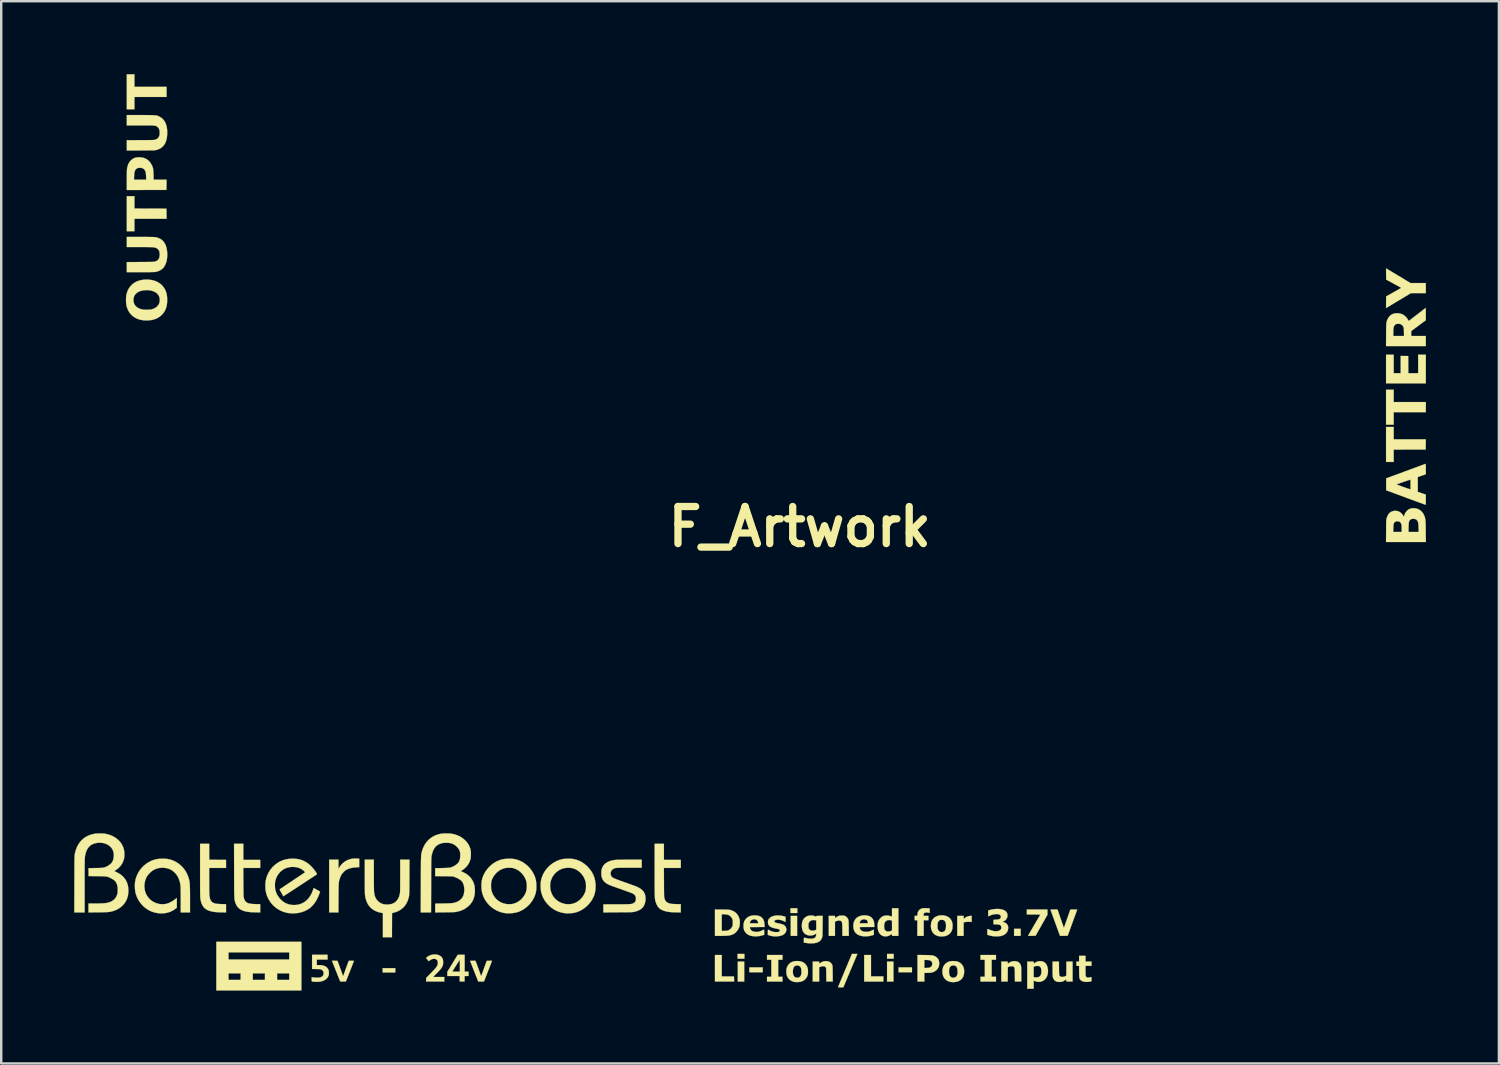
<source format=kicad_pcb>
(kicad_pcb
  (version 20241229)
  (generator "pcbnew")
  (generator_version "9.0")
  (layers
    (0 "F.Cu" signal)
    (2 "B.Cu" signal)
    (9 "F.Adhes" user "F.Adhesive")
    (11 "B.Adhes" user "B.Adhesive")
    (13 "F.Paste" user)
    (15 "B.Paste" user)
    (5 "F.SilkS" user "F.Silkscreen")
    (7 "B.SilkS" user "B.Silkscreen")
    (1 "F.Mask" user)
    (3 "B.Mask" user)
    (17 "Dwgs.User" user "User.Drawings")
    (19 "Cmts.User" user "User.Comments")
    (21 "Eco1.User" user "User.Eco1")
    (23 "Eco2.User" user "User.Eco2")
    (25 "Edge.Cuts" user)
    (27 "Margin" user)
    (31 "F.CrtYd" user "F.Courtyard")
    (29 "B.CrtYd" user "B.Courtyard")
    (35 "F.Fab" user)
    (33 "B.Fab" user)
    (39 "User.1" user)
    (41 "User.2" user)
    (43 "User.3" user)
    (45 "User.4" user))
  (footprint "F_Artwork"
    (layer "F.Cu")
    (at 29.832 18.609)
    (property "Reference" "F_Artwork" (at 0 0 0) (layer "F.SilkS") (effects (font (size 1.524 1.524) (thickness 0.3))))
    (attr through_hole)
    (fp_poly (pts (xy -16.631 18.324) (xy -17.148 18.324) (xy -17.148 18.146) (xy -16.631 18.146) (xy -16.631 18.324)) (stroke (width 0.01) (type solid)) (fill yes) (layer "F.SilkS"))
    (fp_poly (pts (xy -2.285 18.697) (xy -2.548 18.697) (xy -2.548 17.876) (xy -2.285 17.876) (xy -2.285 18.697)) (stroke (width 0.01) (type solid)) (fill yes) (layer "F.SilkS"))
    (fp_poly (pts (xy -2.277 17.757) (xy -2.556 17.757) (xy -2.556 17.562) (xy -2.277 17.562) (xy -2.277 17.757)) (stroke (width 0.01) (type solid)) (fill yes) (layer "F.SilkS"))
    (fp_poly (pts (xy -1.523 18.316) (xy -2.074 18.316) (xy -2.074 18.113) (xy -1.523 18.113) (xy -1.523 18.316)) (stroke (width 0.01) (type solid)) (fill yes) (layer "F.SilkS"))
    (fp_poly (pts (xy -0.11 16.818) (xy -0.372 16.818) (xy -0.372 15.997) (xy -0.11 15.997) (xy -0.11 16.818)) (stroke (width 0.01) (type solid)) (fill yes) (layer "F.SilkS"))
    (fp_poly (pts (xy -0.102 15.878) (xy -0.381 15.878) (xy -0.381 15.684) (xy -0.102 15.684) (xy -0.102 15.878)) (stroke (width 0.01) (type solid)) (fill yes) (layer "F.SilkS"))
    (fp_poly (pts (xy 3.851 18.697) (xy 3.589 18.697) (xy 3.589 17.876) (xy 3.851 17.876) (xy 3.851 18.697)) (stroke (width 0.01) (type solid)) (fill yes) (layer "F.SilkS"))
    (fp_poly (pts (xy 3.86 17.757) (xy 3.589 17.757) (xy 3.589 17.562) (xy 3.86 17.562) (xy 3.86 17.757)) (stroke (width 0.01) (type solid)) (fill yes) (layer "F.SilkS"))
    (fp_poly (pts (xy 4.613 18.316) (xy 4.063 18.316) (xy 4.063 18.113) (xy 4.613 18.113) (xy 4.613 18.316)) (stroke (width 0.01) (type solid)) (fill yes) (layer "F.SilkS"))
    (fp_poly (pts (xy 9.082 16.818) (xy 8.811 16.818) (xy 8.811 16.53) (xy 9.082 16.53) (xy 9.082 16.818)) (stroke (width 0.01) (type solid)) (fill yes) (layer "F.SilkS"))
    (fp_poly (pts (xy 2.928 18.485) (xy 3.436 18.485) (xy 3.436 18.697) (xy 2.649 18.697) (xy 2.649 17.605) (xy 2.928 17.605) (xy 2.928 18.485)) (stroke (width 0.01) (type solid)) (fill yes) (layer "F.SilkS"))
    (fp_poly (pts (xy -27.355 -18.087) (xy -26.035 -18.087) (xy -26.035 -17.673) (xy -27.355 -17.673) (xy -27.355 -17.165) (xy -27.668 -17.165) (xy -27.668 -18.604) (xy -27.355 -18.604) (xy -27.355 -18.087)) (stroke (width 0.01) (type solid)) (fill yes) (layer "F.SilkS"))
    (fp_poly (pts (xy -3.208 18.485) (xy -2.956 18.487) (xy -2.704 18.489) (xy -2.702 18.593) (xy -2.699 18.697) (xy -3.487 18.697) (xy -3.487 17.605) (xy -3.208 17.605) (xy -3.208 18.485)) (stroke (width 0.01) (type solid)) (fill yes) (layer "F.SilkS"))
    (fp_poly (pts (xy 24.418 -5.129) (xy 25.739 -5.129) (xy 25.739 -4.714) (xy 24.418 -4.714) (xy 24.418 -4.198) (xy 24.105 -4.198) (xy 24.105 -5.637) (xy 24.418 -5.637) (xy 24.418 -5.129)) (stroke (width 0.01) (type solid)) (fill yes) (layer "F.SilkS"))
    (fp_poly (pts (xy 24.418 -3.597) (xy 25.739 -3.597) (xy 25.734 -3.178) (xy 24.418 -3.174) (xy 24.418 -2.666) (xy 24.105 -2.666) (xy 24.105 -4.105) (xy 24.418 -4.105) (xy 24.418 -3.597)) (stroke (width 0.01) (type solid)) (fill yes) (layer "F.SilkS"))
    (fp_poly (pts (xy -27.355 -13.085) (xy -26.697 -13.083) (xy -26.039 -13.081) (xy -26.037 -12.871) (xy -26.034 -12.662) (xy -27.355 -12.662) (xy -27.355 -12.154) (xy -27.668 -12.154) (xy -27.668 -13.593) (xy -27.355 -13.593) (xy -27.355 -13.085)) (stroke (width 0.01) (type solid)) (fill yes) (layer "F.SilkS"))
    (fp_poly (pts (xy -0.711 17.799) (xy -0.889 17.799) (xy -0.889 18.502) (xy -0.711 18.502) (xy -0.711 18.697) (xy -1.346 18.697) (xy -1.346 18.502) (xy -1.168 18.502) (xy -1.168 17.799) (xy -1.346 17.799) (xy -1.346 17.605) (xy -0.711 17.605) (xy -0.711 17.799)) (stroke (width 0.01) (type solid)) (fill yes) (layer "F.SilkS"))
    (fp_poly (pts (xy 8.066 17.799) (xy 7.888 17.799) (xy 7.888 18.502) (xy 8.066 18.502) (xy 8.066 18.697) (xy 7.431 18.697) (xy 7.431 18.502) (xy 7.609 18.502) (xy 7.609 17.799) (xy 7.431 17.799) (xy 7.431 17.605) (xy 8.066 17.605) (xy 8.066 17.799)) (stroke (width 0.01) (type solid)) (fill yes) (layer "F.SilkS"))
    (fp_poly (pts (xy 24.418 -6.314) (xy 24.706 -6.314) (xy 24.706 -7.025) (xy 25.015 -7.021) (xy 25.017 -6.667) (xy 25.019 -6.314) (xy 25.425 -6.314) (xy 25.425 -7.076) (xy 25.739 -7.076) (xy 25.739 -5.899) (xy 24.105 -5.899) (xy 24.105 -7.076) (xy 24.418 -7.076) (xy 24.418 -6.314)) (stroke (width 0.01) (type solid)) (fill yes) (layer "F.SilkS"))
    (fp_poly (pts (xy 10.182 15.842) (xy 10.182 15.95) (xy 9.938 16.382) (xy 9.695 16.813) (xy 9.541 16.816) (xy 9.492 16.816) (xy 9.449 16.816) (xy 9.416 16.816) (xy 9.394 16.815) (xy 9.386 16.814) (xy 9.391 16.806) (xy 9.402 16.785) (xy 9.421 16.752) (xy 9.447 16.708) (xy 9.477 16.654) (xy 9.513 16.593) (xy 9.553 16.524) (xy 9.596 16.45) (xy 9.639 16.376) (xy 9.891 15.942) (xy 9.613 15.939) (xy 9.336 15.937) (xy 9.336 15.734) (xy 10.182 15.734) (xy 10.182 15.842)) (stroke (width 0.01) (type solid)) (fill yes) (layer "F.SilkS"))
    (fp_poly (pts (xy 7.067 16.251) (xy 7.044 16.244) (xy 7.016 16.24) (xy 6.977 16.238) (xy 6.93 16.238) (xy 6.882 16.24) (xy 6.837 16.244) (xy 6.8 16.25) (xy 6.786 16.253) (xy 6.737 16.268) (xy 6.737 16.818) (xy 6.475 16.818) (xy 6.475 15.997) (xy 6.737 15.997) (xy 6.737 16.056) (xy 6.738 16.085) (xy 6.739 16.106) (xy 6.741 16.115) (xy 6.741 16.115) (xy 6.75 16.11) (xy 6.767 16.098) (xy 6.786 16.084) (xy 6.856 16.039) (xy 6.928 16.01) (xy 7.001 15.998) (xy 7.067 15.994) (xy 7.067 16.251)) (stroke (width 0.01) (type solid)) (fill yes) (layer "F.SilkS"))
    (fp_poly (pts (xy -20.491 19.061) (xy -23.987 19.061) (xy -23.987 18.358) (xy -23.487 18.358) (xy -23.487 18.629) (xy -22.988 18.629) (xy -22.988 18.358) (xy -22.488 18.358) (xy -22.488 18.629) (xy -21.989 18.629) (xy -21.989 18.358) (xy -21.49 18.358) (xy -21.49 18.629) (xy -20.99 18.629) (xy -20.99 18.358) (xy -21.49 18.358) (xy -21.989 18.358) (xy -22.488 18.358) (xy -22.988 18.358) (xy -23.487 18.358) (xy -23.987 18.358) (xy -23.987 17.495) (xy -23.487 17.495) (xy -23.487 17.791) (xy -20.99 17.791) (xy -20.99 17.495) (xy -23.487 17.495) (xy -23.987 17.495) (xy -23.987 17.063) (xy -20.491 17.063) (xy -20.491 19.061)) (stroke (width 0.01) (type solid)) (fill yes) (layer "F.SilkS"))
    (fp_poly (pts (xy 2.303 17.717) (xy 2.288 17.752) (xy 2.268 17.801) (xy 2.242 17.861) (xy 2.212 17.932) (xy 2.179 18.012) (xy 2.143 18.098) (xy 2.104 18.188) (xy 2.065 18.282) (xy 2.025 18.377) (xy 2.014 18.402) (xy 1.79 18.934) (xy 1.682 18.934) (xy 1.642 18.933) (xy 1.608 18.932) (xy 1.585 18.93) (xy 1.574 18.928) (xy 1.574 18.927) (xy 1.577 18.919) (xy 1.587 18.896) (xy 1.602 18.859) (xy 1.622 18.811) (xy 1.646 18.751) (xy 1.675 18.681) (xy 1.708 18.603) (xy 1.744 18.517) (xy 1.783 18.424) (xy 1.824 18.326) (xy 1.859 18.242) (xy 2.145 17.562) (xy 2.368 17.562) (xy 2.303 17.717)) (stroke (width 0.01) (type solid)) (fill yes) (layer "F.SilkS"))
    (fp_poly (pts (xy 5.226 15.68) (xy 5.267 15.681) (xy 5.3 15.682) (xy 5.321 15.684) (xy 5.326 15.685) (xy 5.333 15.69) (xy 5.337 15.7) (xy 5.339 15.718) (xy 5.34 15.748) (xy 5.341 15.782) (xy 5.341 15.872) (xy 5.313 15.867) (xy 5.244 15.857) (xy 5.188 15.856) (xy 5.145 15.864) (xy 5.116 15.881) (xy 5.108 15.89) (xy 5.099 15.91) (xy 5.092 15.939) (xy 5.09 15.953) (xy 5.084 15.997) (xy 5.29 15.997) (xy 5.29 16.174) (xy 5.095 16.174) (xy 5.095 16.818) (xy 4.833 16.818) (xy 4.833 16.174) (xy 4.723 16.174) (xy 4.723 15.997) (xy 4.831 15.997) (xy 4.836 15.94) (xy 4.849 15.866) (xy 4.874 15.805) (xy 4.91 15.756) (xy 4.959 15.719) (xy 4.998 15.7) (xy 5.019 15.692) (xy 5.039 15.686) (xy 5.062 15.683) (xy 5.091 15.681) (xy 5.13 15.68) (xy 5.18 15.679) (xy 5.226 15.68)) (stroke (width 0.01) (type solid)) (fill yes) (layer "F.SilkS"))
    (fp_poly (pts (xy 8.898 17.863) (xy 8.96 17.882) (xy 9.012 17.914) (xy 9.053 17.958) (xy 9.082 18.016) (xy 9.098 18.069) (xy 9.1 18.091) (xy 9.103 18.13) (xy 9.105 18.183) (xy 9.106 18.25) (xy 9.107 18.329) (xy 9.107 18.405) (xy 9.107 18.697) (xy 8.846 18.697) (xy 8.843 18.428) (xy 8.842 18.346) (xy 8.841 18.28) (xy 8.839 18.227) (xy 8.836 18.186) (xy 8.832 18.154) (xy 8.827 18.131) (xy 8.82 18.113) (xy 8.811 18.1) (xy 8.8 18.09) (xy 8.789 18.082) (xy 8.76 18.07) (xy 8.721 18.066) (xy 8.677 18.067) (xy 8.633 18.074) (xy 8.595 18.088) (xy 8.595 18.088) (xy 8.553 18.108) (xy 8.55 18.403) (xy 8.548 18.697) (xy 8.286 18.697) (xy 8.286 17.876) (xy 8.548 17.876) (xy 8.55 17.918) (xy 8.553 17.96) (xy 8.607 17.925) (xy 8.667 17.891) (xy 8.724 17.869) (xy 8.782 17.859) (xy 8.824 17.857) (xy 8.898 17.863)) (stroke (width 0.01) (type solid)) (fill yes) (layer "F.SilkS"))
    (fp_poly (pts (xy 1.148 17.863) (xy 1.211 17.883) (xy 1.263 17.916) (xy 1.305 17.962) (xy 1.331 18.007) (xy 1.335 18.018) (xy 1.34 18.029) (xy 1.343 18.042) (xy 1.345 18.059) (xy 1.347 18.08) (xy 1.349 18.109) (xy 1.35 18.147) (xy 1.351 18.195) (xy 1.352 18.256) (xy 1.352 18.332) (xy 1.353 18.373) (xy 1.355 18.697) (xy 1.093 18.697) (xy 1.09 18.419) (xy 1.089 18.339) (xy 1.089 18.275) (xy 1.087 18.224) (xy 1.085 18.184) (xy 1.082 18.154) (xy 1.077 18.131) (xy 1.071 18.115) (xy 1.063 18.103) (xy 1.053 18.094) (xy 1.041 18.085) (xy 1.035 18.081) (xy 1.005 18.069) (xy 0.965 18.065) (xy 0.919 18.068) (xy 0.874 18.078) (xy 0.844 18.089) (xy 0.796 18.112) (xy 0.796 18.697) (xy 0.533 18.697) (xy 0.533 17.876) (xy 0.796 17.876) (xy 0.796 17.918) (xy 0.796 17.942) (xy 0.798 17.957) (xy 0.8 17.96) (xy 0.808 17.956) (xy 0.827 17.945) (xy 0.852 17.929) (xy 0.855 17.927) (xy 0.913 17.893) (xy 0.966 17.872) (xy 1.02 17.86) (xy 1.075 17.857) (xy 1.148 17.863)) (stroke (width 0.01) (type solid)) (fill yes) (layer "F.SilkS"))
    (fp_poly (pts (xy 1.773 15.984) (xy 1.804 15.986) (xy 1.827 15.99) (xy 1.848 15.996) (xy 1.871 16.007) (xy 1.873 16.008) (xy 1.923 16.042) (xy 1.964 16.089) (xy 1.993 16.146) (xy 1.995 16.152) (xy 1.999 16.166) (xy 2.002 16.183) (xy 2.004 16.206) (xy 2.007 16.235) (xy 2.008 16.273) (xy 2.01 16.322) (xy 2.011 16.383) (xy 2.012 16.458) (xy 2.012 16.507) (xy 2.016 16.818) (xy 1.754 16.818) (xy 1.75 16.553) (xy 1.749 16.471) (xy 1.748 16.404) (xy 1.745 16.351) (xy 1.742 16.309) (xy 1.738 16.277) (xy 1.732 16.253) (xy 1.725 16.235) (xy 1.715 16.222) (xy 1.703 16.212) (xy 1.69 16.204) (xy 1.653 16.191) (xy 1.607 16.187) (xy 1.557 16.194) (xy 1.506 16.209) (xy 1.5 16.212) (xy 1.447 16.236) (xy 1.447 16.818) (xy 1.193 16.818) (xy 1.193 15.997) (xy 1.446 15.997) (xy 1.449 16.043) (xy 1.452 16.09) (xy 1.491 16.062) (xy 1.521 16.042) (xy 1.558 16.022) (xy 1.584 16.009) (xy 1.61 15.997) (xy 1.632 15.99) (xy 1.656 15.986) (xy 1.686 15.984) (xy 1.728 15.984) (xy 1.731 15.984) (xy 1.773 15.984)) (stroke (width 0.01) (type solid)) (fill yes) (layer "F.SilkS"))
    (fp_poly (pts (xy 11.748 17.876) (xy 11.993 17.876) (xy 11.993 18.053) (xy 11.748 18.053) (xy 11.748 18.253) (xy 11.748 18.324) (xy 11.749 18.38) (xy 11.751 18.423) (xy 11.755 18.456) (xy 11.76 18.48) (xy 11.768 18.496) (xy 11.779 18.508) (xy 11.792 18.517) (xy 11.801 18.522) (xy 11.841 18.534) (xy 11.886 18.533) (xy 11.931 18.523) (xy 11.958 18.515) (xy 11.976 18.512) (xy 11.986 18.517) (xy 11.992 18.531) (xy 11.993 18.558) (xy 11.993 18.599) (xy 11.993 18.599) (xy 11.993 18.638) (xy 11.992 18.665) (xy 11.986 18.682) (xy 11.974 18.691) (xy 11.952 18.697) (xy 11.917 18.702) (xy 11.892 18.705) (xy 11.819 18.711) (xy 11.756 18.711) (xy 11.718 18.708) (xy 11.661 18.696) (xy 11.608 18.676) (xy 11.565 18.65) (xy 11.558 18.644) (xy 11.54 18.628) (xy 11.525 18.612) (xy 11.514 18.595) (xy 11.505 18.574) (xy 11.499 18.548) (xy 11.494 18.515) (xy 11.491 18.472) (xy 11.489 18.418) (xy 11.488 18.351) (xy 11.487 18.297) (xy 11.484 18.053) (xy 11.375 18.053) (xy 11.375 17.876) (xy 11.485 17.876) (xy 11.485 17.639) (xy 11.748 17.639) (xy 11.748 17.876)) (stroke (width 0.01) (type solid)) (fill yes) (layer "F.SilkS"))
    (fp_poly (pts (xy -18.202 13.64) (xy -18.113 13.646) (xy -18.113 13.999) (xy -18.182 13.999) (xy -18.306 14.005) (xy -18.422 14.023) (xy -18.528 14.052) (xy -18.612 14.086) (xy -18.653 14.107) (xy -18.688 14.131) (xy -18.723 14.161) (xy -18.752 14.189) (xy -18.804 14.245) (xy -18.844 14.302) (xy -18.877 14.365) (xy -18.906 14.439) (xy -18.907 14.444) (xy -18.917 14.475) (xy -18.926 14.503) (xy -18.934 14.53) (xy -18.94 14.558) (xy -18.946 14.587) (xy -18.95 14.619) (xy -18.954 14.655) (xy -18.957 14.698) (xy -18.959 14.747) (xy -18.961 14.805) (xy -18.962 14.873) (xy -18.963 14.953) (xy -18.964 15.045) (xy -18.965 15.151) (xy -18.965 15.267) (xy -18.968 15.853) (xy -19.348 15.853) (xy -19.348 13.686) (xy -18.967 13.686) (xy -18.967 13.874) (xy -18.967 13.937) (xy -18.966 13.984) (xy -18.965 14.017) (xy -18.963 14.038) (xy -18.961 14.048) (xy -18.958 14.049) (xy -18.956 14.047) (xy -18.923 13.995) (xy -18.895 13.955) (xy -18.873 13.923) (xy -18.852 13.897) (xy -18.831 13.874) (xy -18.812 13.854) (xy -18.729 13.781) (xy -18.637 13.724) (xy -18.537 13.68) (xy -18.43 13.652) (xy -18.315 13.638) (xy -18.202 13.64)) (stroke (width 0.01) (type solid)) (fill yes) (layer "F.SilkS"))
    (fp_poly (pts (xy -13.779 18.29) (xy -13.618 18.29) (xy -13.618 18.468) (xy -13.779 18.468) (xy -13.781 18.58) (xy -13.783 18.692) (xy -13.877 18.695) (xy -13.915 18.695) (xy -13.947 18.695) (xy -13.969 18.693) (xy -13.976 18.691) (xy -13.979 18.681) (xy -13.98 18.657) (xy -13.982 18.623) (xy -13.982 18.583) (xy -13.982 18.577) (xy -13.982 18.468) (xy -14.49 18.468) (xy -14.49 18.297) (xy -14.484 18.287) (xy -14.287 18.287) (xy -14.279 18.288) (xy -14.257 18.289) (xy -14.223 18.29) (xy -14.18 18.29) (xy -14.13 18.29) (xy -13.974 18.29) (xy -13.974 18.043) (xy -13.974 17.971) (xy -13.974 17.915) (xy -13.975 17.872) (xy -13.976 17.841) (xy -13.978 17.821) (xy -13.98 17.81) (xy -13.983 17.807) (xy -13.985 17.808) (xy -13.992 17.818) (xy -14.006 17.839) (xy -14.027 17.871) (xy -14.052 17.91) (xy -14.081 17.956) (xy -14.112 18.005) (xy -14.144 18.055) (xy -14.176 18.106) (xy -14.206 18.154) (xy -14.233 18.197) (xy -14.256 18.234) (xy -14.274 18.263) (xy -14.284 18.281) (xy -14.287 18.287) (xy -14.484 18.287) (xy -14.276 17.947) (xy -14.063 17.597) (xy -13.921 17.597) (xy -13.779 17.596) (xy -13.779 18.29)) (stroke (width 0.01) (type solid)) (fill yes) (layer "F.SilkS"))
    (fp_poly (pts (xy 24.116 -10.618) (xy 24.137 -10.606) (xy 24.17 -10.586) (xy 24.214 -10.56) (xy 24.268 -10.528) (xy 24.331 -10.49) (xy 24.4 -10.448) (xy 24.477 -10.403) (xy 24.558 -10.354) (xy 24.611 -10.322) (xy 25.11 -10.021) (xy 25.739 -10.021) (xy 25.739 -9.606) (xy 25.432 -9.606) (xy 25.125 -9.606) (xy 24.651 -9.322) (xy 24.568 -9.272) (xy 24.489 -9.225) (xy 24.415 -9.18) (xy 24.346 -9.139) (xy 24.286 -9.103) (xy 24.234 -9.072) (xy 24.192 -9.047) (xy 24.161 -9.029) (xy 24.144 -9.018) (xy 24.141 -9.016) (xy 24.105 -8.995) (xy 24.107 -9.234) (xy 24.109 -9.473) (xy 24.418 -9.645) (xy 24.484 -9.682) (xy 24.545 -9.717) (xy 24.6 -9.748) (xy 24.647 -9.775) (xy 24.684 -9.797) (xy 24.71 -9.813) (xy 24.724 -9.823) (xy 24.726 -9.824) (xy 24.719 -9.83) (xy 24.698 -9.842) (xy 24.665 -9.861) (xy 24.623 -9.885) (xy 24.571 -9.913) (xy 24.512 -9.945) (xy 24.448 -9.98) (xy 24.417 -9.997) (xy 24.109 -10.164) (xy 24.107 -10.393) (xy 24.107 -10.453) (xy 24.106 -10.508) (xy 24.106 -10.554) (xy 24.107 -10.59) (xy 24.108 -10.613) (xy 24.108 -10.622) (xy 24.108 -10.622) (xy 24.116 -10.618)) (stroke (width 0.01) (type solid)) (fill yes) (layer "F.SilkS"))
    (fp_poly (pts (xy -12.685 17.843) (xy -12.667 17.844) (xy -12.658 17.847) (xy -12.656 17.851) (xy -12.657 17.856) (xy -12.661 17.867) (xy -12.671 17.892) (xy -12.686 17.929) (xy -12.705 17.978) (xy -12.727 18.036) (xy -12.753 18.103) (xy -12.782 18.176) (xy -12.813 18.254) (xy -12.824 18.284) (xy -12.986 18.697) (xy -13.218 18.697) (xy -13.387 18.271) (xy -13.555 17.846) (xy -13.446 17.844) (xy -13.405 17.843) (xy -13.37 17.843) (xy -13.345 17.843) (xy -13.334 17.844) (xy -13.333 17.845) (xy -13.33 17.853) (xy -13.321 17.876) (xy -13.308 17.909) (xy -13.292 17.953) (xy -13.273 18.003) (xy -13.253 18.058) (xy -13.232 18.116) (xy -13.21 18.174) (xy -13.19 18.231) (xy -13.17 18.284) (xy -13.154 18.33) (xy -13.14 18.369) (xy -13.13 18.397) (xy -13.128 18.405) (xy -13.118 18.434) (xy -13.109 18.458) (xy -13.103 18.47) (xy -13.102 18.471) (xy -13.098 18.465) (xy -13.089 18.447) (xy -13.076 18.417) (xy -13.062 18.379) (xy -13.052 18.352) (xy -13.036 18.306) (xy -13.015 18.248) (xy -12.992 18.183) (xy -12.968 18.117) (xy -12.944 18.052) (xy -12.939 18.036) (xy -12.869 17.846) (xy -12.76 17.844) (xy -12.716 17.843) (xy -12.685 17.843)) (stroke (width 0.01) (type solid)) (fill yes) (layer "F.SilkS"))
    (fp_poly (pts (xy 5.127 17.607) (xy 5.206 17.608) (xy 5.27 17.61) (xy 5.322 17.611) (xy 5.362 17.613) (xy 5.395 17.615) (xy 5.421 17.617) (xy 5.443 17.621) (xy 5.463 17.625) (xy 5.48 17.629) (xy 5.538 17.648) (xy 5.585 17.671) (xy 5.626 17.701) (xy 5.655 17.729) (xy 5.692 17.777) (xy 5.716 17.83) (xy 5.729 17.891) (xy 5.732 17.948) (xy 5.726 18.03) (xy 5.705 18.104) (xy 5.67 18.168) (xy 5.621 18.225) (xy 5.556 18.273) (xy 5.526 18.29) (xy 5.478 18.311) (xy 5.422 18.326) (xy 5.355 18.336) (xy 5.275 18.34) (xy 5.233 18.341) (xy 5.121 18.341) (xy 5.121 18.697) (xy 4.841 18.697) (xy 4.841 18.14) (xy 5.121 18.14) (xy 5.22 18.136) (xy 5.27 18.134) (xy 5.308 18.13) (xy 5.336 18.123) (xy 5.358 18.115) (xy 5.397 18.091) (xy 5.425 18.056) (xy 5.442 18.009) (xy 5.442 18.006) (xy 5.448 17.953) (xy 5.438 17.907) (xy 5.415 17.87) (xy 5.393 17.849) (xy 5.369 17.833) (xy 5.34 17.822) (xy 5.302 17.815) (xy 5.252 17.811) (xy 5.224 17.81) (xy 5.121 17.806) (xy 5.121 18.14) (xy 4.841 18.14) (xy 4.841 17.603) (xy 5.127 17.607)) (stroke (width 0.01) (type solid)) (fill yes) (layer "F.SilkS"))
    (fp_poly (pts (xy 9.938 17.86) (xy 10.007 17.878) (xy 10.065 17.911) (xy 10.114 17.956) (xy 10.152 18.016) (xy 10.18 18.088) (xy 10.198 18.173) (xy 10.204 18.235) (xy 10.203 18.327) (xy 10.188 18.412) (xy 10.162 18.489) (xy 10.123 18.557) (xy 10.074 18.613) (xy 10.015 18.659) (xy 9.947 18.691) (xy 9.888 18.706) (xy 9.819 18.711) (xy 9.746 18.701) (xy 9.672 18.679) (xy 9.667 18.677) (xy 9.615 18.656) (xy 9.615 18.993) (xy 9.353 18.993) (xy 9.353 18.088) (xy 9.615 18.088) (xy 9.615 18.51) (xy 9.642 18.518) (xy 9.685 18.525) (xy 9.735 18.526) (xy 9.784 18.52) (xy 9.807 18.515) (xy 9.854 18.493) (xy 9.89 18.459) (xy 9.916 18.412) (xy 9.931 18.352) (xy 9.935 18.279) (xy 9.935 18.252) (xy 9.929 18.192) (xy 9.918 18.145) (xy 9.899 18.108) (xy 9.872 18.08) (xy 9.866 18.075) (xy 9.837 18.062) (xy 9.797 18.055) (xy 9.752 18.054) (xy 9.705 18.059) (xy 9.664 18.07) (xy 9.615 18.088) (xy 9.353 18.088) (xy 9.353 17.876) (xy 9.615 17.876) (xy 9.615 17.961) (xy 9.651 17.936) (xy 9.725 17.893) (xy 9.798 17.866) (xy 9.87 17.855) (xy 9.938 17.86)) (stroke (width 0.01) (type solid)) (fill yes) (layer "F.SilkS"))
    (fp_poly (pts (xy 10.658 18.149) (xy 10.658 18.229) (xy 10.66 18.295) (xy 10.661 18.347) (xy 10.664 18.387) (xy 10.667 18.418) (xy 10.672 18.441) (xy 10.679 18.458) (xy 10.687 18.471) (xy 10.698 18.481) (xy 10.711 18.49) (xy 10.713 18.491) (xy 10.741 18.502) (xy 10.78 18.506) (xy 10.824 18.504) (xy 10.869 18.496) (xy 10.909 18.483) (xy 10.94 18.466) (xy 10.945 18.462) (xy 10.95 18.458) (xy 10.953 18.45) (xy 10.955 18.439) (xy 10.957 18.422) (xy 10.959 18.397) (xy 10.96 18.362) (xy 10.96 18.317) (xy 10.961 18.258) (xy 10.961 18.185) (xy 10.961 18.162) (xy 10.961 17.876) (xy 11.215 17.876) (xy 11.215 18.697) (xy 10.961 18.697) (xy 10.961 18.654) (xy 10.959 18.63) (xy 10.956 18.615) (xy 10.953 18.612) (xy 10.943 18.616) (xy 10.923 18.628) (xy 10.897 18.645) (xy 10.888 18.65) (xy 10.854 18.671) (xy 10.819 18.689) (xy 10.79 18.7) (xy 10.788 18.701) (xy 10.748 18.709) (xy 10.699 18.712) (xy 10.648 18.712) (xy 10.6 18.708) (xy 10.561 18.699) (xy 10.561 18.699) (xy 10.508 18.673) (xy 10.464 18.633) (xy 10.43 18.581) (xy 10.407 18.518) (xy 10.403 18.498) (xy 10.4 18.475) (xy 10.398 18.438) (xy 10.396 18.387) (xy 10.395 18.325) (xy 10.394 18.253) (xy 10.394 18.174) (xy 10.394 18.162) (xy 10.394 17.876) (xy 10.655 17.876) (xy 10.658 18.149)) (stroke (width 0.01) (type solid)) (fill yes) (layer "F.SilkS"))
    (fp_poly (pts (xy -24.281 13.362) (xy -24.279 13.69) (xy -23.934 13.692) (xy -23.589 13.695) (xy -23.589 14.025) (xy -24.283 14.025) (xy -24.283 14.53) (xy -24.282 14.625) (xy -24.282 14.717) (xy -24.281 14.805) (xy -24.281 14.886) (xy -24.28 14.96) (xy -24.278 15.024) (xy -24.277 15.076) (xy -24.276 15.114) (xy -24.274 15.134) (xy -24.263 15.222) (xy -24.246 15.295) (xy -24.222 15.355) (xy -24.19 15.402) (xy -24.15 15.438) (xy -24.131 15.449) (xy -24.097 15.467) (xy -24.06 15.481) (xy -24.019 15.492) (xy -23.971 15.5) (xy -23.914 15.505) (xy -23.844 15.509) (xy -23.773 15.512) (xy -23.589 15.516) (xy -23.589 15.853) (xy -23.739 15.852) (xy -23.796 15.851) (xy -23.855 15.849) (xy -23.911 15.847) (xy -23.959 15.845) (xy -23.979 15.843) (xy -24.06 15.835) (xy -24.141 15.821) (xy -24.218 15.804) (xy -24.285 15.785) (xy -24.306 15.777) (xy -24.385 15.74) (xy -24.453 15.693) (xy -24.51 15.635) (xy -24.557 15.567) (xy -24.594 15.486) (xy -24.623 15.391) (xy -24.642 15.29) (xy -24.644 15.275) (xy -24.646 15.257) (xy -24.648 15.235) (xy -24.649 15.207) (xy -24.65 15.174) (xy -24.651 15.133) (xy -24.652 15.085) (xy -24.653 15.028) (xy -24.653 14.961) (xy -24.654 14.884) (xy -24.654 14.795) (xy -24.655 14.694) (xy -24.655 14.579) (xy -24.655 14.451) (xy -24.655 14.308) (xy -24.655 14.149) (xy -24.655 14.12) (xy -24.655 13.034) (xy -24.283 13.034) (xy -24.281 13.362)) (stroke (width 0.01) (type solid)) (fill yes) (layer "F.SilkS"))
    (fp_poly (pts (xy -22.878 13.695) (xy -22.184 13.695) (xy -22.184 14.025) (xy -22.879 14.025) (xy -22.876 14.615) (xy -22.875 14.731) (xy -22.874 14.832) (xy -22.874 14.918) (xy -22.873 14.991) (xy -22.872 15.052) (xy -22.871 15.102) (xy -22.87 15.143) (xy -22.868 15.176) (xy -22.867 15.202) (xy -22.865 15.223) (xy -22.862 15.239) (xy -22.86 15.252) (xy -22.858 15.258) (xy -22.834 15.329) (xy -22.802 15.386) (xy -22.761 15.429) (xy -22.711 15.461) (xy -22.702 15.465) (xy -22.668 15.478) (xy -22.631 15.489) (xy -22.589 15.497) (xy -22.538 15.503) (xy -22.477 15.508) (xy -22.402 15.511) (xy -22.368 15.512) (xy -22.184 15.516) (xy -22.184 15.853) (xy -22.334 15.852) (xy -22.391 15.851) (xy -22.449 15.849) (xy -22.504 15.847) (xy -22.55 15.845) (xy -22.57 15.844) (xy -22.693 15.83) (xy -22.8 15.81) (xy -22.894 15.781) (xy -22.975 15.744) (xy -23.044 15.698) (xy -23.102 15.643) (xy -23.149 15.577) (xy -23.187 15.501) (xy -23.207 15.447) (xy -23.213 15.426) (xy -23.219 15.408) (xy -23.225 15.39) (xy -23.229 15.372) (xy -23.233 15.353) (xy -23.237 15.332) (xy -23.24 15.308) (xy -23.243 15.28) (xy -23.245 15.247) (xy -23.247 15.209) (xy -23.249 15.164) (xy -23.25 15.111) (xy -23.252 15.05) (xy -23.253 14.979) (xy -23.253 14.898) (xy -23.254 14.805) (xy -23.255 14.7) (xy -23.255 14.582) (xy -23.255 14.45) (xy -23.256 14.303) (xy -23.256 14.141) (xy -23.259 13.034) (xy -22.878 13.034) (xy -22.878 13.695)) (stroke (width 0.01) (type solid)) (fill yes) (layer "F.SilkS"))
    (fp_poly (pts (xy -19.416 17.791) (xy -19.856 17.791) (xy -19.856 18.02) (xy -19.765 18.02) (xy -19.68 18.023) (xy -19.607 18.035) (xy -19.544 18.055) (xy -19.509 18.071) (xy -19.458 18.105) (xy -19.418 18.146) (xy -19.386 18.199) (xy -19.383 18.205) (xy -19.373 18.229) (xy -19.366 18.251) (xy -19.363 18.277) (xy -19.361 18.311) (xy -19.361 18.341) (xy -19.361 18.383) (xy -19.363 18.412) (xy -19.367 18.435) (xy -19.375 18.457) (xy -19.387 18.483) (xy -19.389 18.487) (xy -19.429 18.549) (xy -19.482 18.602) (xy -19.548 18.644) (xy -19.625 18.676) (xy -19.714 18.698) (xy -19.812 18.708) (xy -19.92 18.707) (xy -19.948 18.705) (xy -19.995 18.701) (xy -20.028 18.697) (xy -20.049 18.692) (xy -20.061 18.682) (xy -20.067 18.665) (xy -20.068 18.64) (xy -20.068 18.605) (xy -20.068 18.602) (xy -20.068 18.517) (xy -20.032 18.523) (xy -19.984 18.529) (xy -19.929 18.534) (xy -19.873 18.537) (xy -19.821 18.538) (xy -19.778 18.536) (xy -19.769 18.535) (xy -19.707 18.522) (xy -19.657 18.502) (xy -19.619 18.472) (xy -19.613 18.465) (xy -19.591 18.433) (xy -19.58 18.396) (xy -19.577 18.349) (xy -19.579 18.329) (xy -19.588 18.284) (xy -19.61 18.248) (xy -19.645 18.219) (xy -19.669 18.207) (xy -19.686 18.199) (xy -19.702 18.193) (xy -19.72 18.189) (xy -19.742 18.186) (xy -19.772 18.184) (xy -19.812 18.183) (xy -19.865 18.182) (xy -19.884 18.182) (xy -20.051 18.179) (xy -20.051 17.596) (xy -19.416 17.596) (xy -19.416 17.791)) (stroke (width 0.01) (type solid)) (fill yes) (layer "F.SilkS"))
    (fp_poly (pts (xy -27.057 -15.185) (xy -26.963 -15.164) (xy -26.877 -15.128) (xy -26.801 -15.077) (xy -26.734 -15.013) (xy -26.676 -14.934) (xy -26.632 -14.853) (xy -26.616 -14.814) (xy -26.602 -14.777) (xy -26.592 -14.737) (xy -26.584 -14.693) (xy -26.579 -14.641) (xy -26.575 -14.579) (xy -26.572 -14.503) (xy -26.571 -14.467) (xy -26.566 -14.27) (xy -26.034 -14.27) (xy -26.039 -13.851) (xy -26.854 -13.849) (xy -27.668 -13.847) (xy -27.668 -14.256) (xy -27.668 -14.27) (xy -27.372 -14.27) (xy -26.87 -14.27) (xy -26.875 -14.399) (xy -26.879 -14.466) (xy -26.883 -14.52) (xy -26.889 -14.562) (xy -26.897 -14.597) (xy -26.908 -14.627) (xy -26.923 -14.655) (xy -26.926 -14.66) (xy -26.96 -14.703) (xy -27.001 -14.733) (xy -27.054 -14.751) (xy -27.114 -14.759) (xy -27.167 -14.76) (xy -27.208 -14.754) (xy -27.243 -14.739) (xy -27.276 -14.716) (xy -27.284 -14.709) (xy -27.312 -14.678) (xy -27.333 -14.643) (xy -27.348 -14.601) (xy -27.358 -14.547) (xy -27.364 -14.491) (xy -27.367 -14.444) (xy -27.37 -14.396) (xy -27.371 -14.354) (xy -27.372 -14.331) (xy -27.372 -14.27) (xy -27.668 -14.27) (xy -27.668 -14.357) (xy -27.668 -14.442) (xy -27.667 -14.514) (xy -27.666 -14.573) (xy -27.665 -14.621) (xy -27.663 -14.661) (xy -27.661 -14.692) (xy -27.659 -14.718) (xy -27.656 -14.738) (xy -27.636 -14.828) (xy -27.61 -14.905) (xy -27.576 -14.971) (xy -27.533 -15.03) (xy -27.504 -15.062) (xy -27.447 -15.111) (xy -27.388 -15.148) (xy -27.324 -15.173) (xy -27.251 -15.188) (xy -27.167 -15.193) (xy -27.16 -15.193) (xy -27.057 -15.185)) (stroke (width 0.01) (type solid)) (fill yes) (layer "F.SilkS"))
    (fp_poly (pts (xy -5.586 13.695) (xy -4.892 13.695) (xy -4.892 14.025) (xy -5.587 14.025) (xy -5.584 14.623) (xy -5.583 14.74) (xy -5.583 14.84) (xy -5.582 14.926) (xy -5.581 14.999) (xy -5.581 15.06) (xy -5.58 15.111) (xy -5.579 15.152) (xy -5.577 15.185) (xy -5.576 15.211) (xy -5.574 15.231) (xy -5.572 15.247) (xy -5.569 15.26) (xy -5.566 15.271) (xy -5.566 15.273) (xy -5.543 15.335) (xy -5.516 15.384) (xy -5.481 15.423) (xy -5.436 15.453) (xy -5.379 15.477) (xy -5.334 15.49) (xy -5.307 15.496) (xy -5.279 15.501) (xy -5.245 15.505) (xy -5.203 15.508) (xy -5.15 15.51) (xy -5.083 15.512) (xy -5.08 15.512) (xy -4.892 15.517) (xy -4.892 15.853) (xy -5.042 15.852) (xy -5.099 15.851) (xy -5.157 15.849) (xy -5.212 15.847) (xy -5.258 15.845) (xy -5.278 15.844) (xy -5.384 15.832) (xy -5.484 15.814) (xy -5.574 15.79) (xy -5.653 15.76) (xy -5.713 15.73) (xy -5.778 15.681) (xy -5.832 15.62) (xy -5.877 15.546) (xy -5.913 15.458) (xy -5.916 15.449) (xy -5.923 15.427) (xy -5.93 15.406) (xy -5.935 15.385) (xy -5.941 15.363) (xy -5.945 15.34) (xy -5.949 15.314) (xy -5.953 15.285) (xy -5.956 15.251) (xy -5.958 15.212) (xy -5.96 15.167) (xy -5.962 15.114) (xy -5.963 15.053) (xy -5.965 14.983) (xy -5.965 14.903) (xy -5.966 14.812) (xy -5.966 14.709) (xy -5.967 14.593) (xy -5.967 14.463) (xy -5.967 14.319) (xy -5.967 14.159) (xy -5.967 14.105) (xy -5.967 13.034) (xy -5.586 13.034) (xy -5.586 13.695)) (stroke (width 0.01) (type solid)) (fill yes) (layer "F.SilkS"))
    (fp_poly (pts (xy 10.62 15.804) (xy 10.628 15.828) (xy 10.642 15.866) (xy 10.659 15.915) (xy 10.679 15.974) (xy 10.701 16.039) (xy 10.725 16.108) (xy 10.75 16.18) (xy 10.75 16.181) (xy 10.773 16.249) (xy 10.795 16.312) (xy 10.815 16.368) (xy 10.832 16.415) (xy 10.845 16.452) (xy 10.855 16.477) (xy 10.859 16.487) (xy 10.859 16.487) (xy 10.863 16.48) (xy 10.872 16.458) (xy 10.884 16.423) (xy 10.901 16.376) (xy 10.921 16.32) (xy 10.944 16.256) (xy 10.968 16.185) (xy 10.993 16.114) (xy 11.019 16.038) (xy 11.043 15.967) (xy 11.066 15.903) (xy 11.085 15.847) (xy 11.101 15.801) (xy 11.114 15.766) (xy 11.122 15.744) (xy 11.125 15.737) (xy 11.134 15.736) (xy 11.157 15.736) (xy 11.191 15.735) (xy 11.234 15.736) (xy 11.267 15.736) (xy 11.406 15.739) (xy 11.014 16.813) (xy 10.857 16.816) (xy 10.799 16.816) (xy 10.756 16.816) (xy 10.726 16.815) (xy 10.707 16.813) (xy 10.698 16.809) (xy 10.696 16.807) (xy 10.69 16.791) (xy 10.679 16.762) (xy 10.664 16.721) (xy 10.645 16.669) (xy 10.623 16.608) (xy 10.598 16.541) (xy 10.572 16.468) (xy 10.544 16.391) (xy 10.515 16.312) (xy 10.486 16.232) (xy 10.457 16.153) (xy 10.429 16.076) (xy 10.403 16.004) (xy 10.379 15.938) (xy 10.358 15.879) (xy 10.34 15.829) (xy 10.326 15.79) (xy 10.316 15.763) (xy 10.311 15.75) (xy 10.311 15.749) (xy 10.311 15.744) (xy 10.315 15.74) (xy 10.325 15.737) (xy 10.344 15.736) (xy 10.375 15.735) (xy 10.418 15.734) (xy 10.451 15.734) (xy 10.595 15.734) (xy 10.62 15.804)) (stroke (width 0.01) (type solid)) (fill yes) (layer "F.SilkS"))
    (fp_poly (pts (xy -14.93 17.588) (xy -14.862 17.604) (xy -14.802 17.63) (xy -14.751 17.666) (xy -14.715 17.705) (xy -14.694 17.739) (xy -14.679 17.77) (xy -14.67 17.802) (xy -14.666 17.841) (xy -14.664 17.891) (xy -14.664 17.901) (xy -14.665 17.948) (xy -14.667 17.982) (xy -14.672 18.01) (xy -14.679 18.035) (xy -14.683 18.046) (xy -14.7 18.083) (xy -14.719 18.119) (xy -14.743 18.155) (xy -14.773 18.194) (xy -14.811 18.237) (xy -14.859 18.287) (xy -14.917 18.347) (xy -14.922 18.352) (xy -14.964 18.393) (xy -15.001 18.43) (xy -15.032 18.461) (xy -15.056 18.486) (xy -15.07 18.501) (xy -15.074 18.506) (xy -15.066 18.507) (xy -15.043 18.508) (xy -15.008 18.509) (xy -14.962 18.51) (xy -14.908 18.51) (xy -14.848 18.51) (xy -14.617 18.51) (xy -14.617 18.697) (xy -15.362 18.697) (xy -15.362 18.551) (xy -15.182 18.367) (xy -15.112 18.295) (xy -15.053 18.233) (xy -15.004 18.179) (xy -14.966 18.133) (xy -14.936 18.092) (xy -14.913 18.056) (xy -14.897 18.023) (xy -14.887 17.992) (xy -14.881 17.961) (xy -14.879 17.929) (xy -14.879 17.926) (xy -14.884 17.874) (xy -14.898 17.834) (xy -14.924 17.802) (xy -14.929 17.797) (xy -14.973 17.771) (xy -15.022 17.76) (xy -15.077 17.764) (xy -15.135 17.782) (xy -15.195 17.813) (xy -15.218 17.829) (xy -15.259 17.859) (xy -15.311 17.794) (xy -15.332 17.766) (xy -15.35 17.743) (xy -15.36 17.728) (xy -15.362 17.724) (xy -15.355 17.715) (xy -15.337 17.701) (xy -15.311 17.682) (xy -15.281 17.663) (xy -15.251 17.644) (xy -15.223 17.63) (xy -15.223 17.629) (xy -15.151 17.602) (xy -15.077 17.586) (xy -15.003 17.582) (xy -14.93 17.588)) (stroke (width 0.01) (type solid)) (fill yes) (layer "F.SilkS"))
    (fp_poly (pts (xy -3.197 15.736) (xy -3.119 15.737) (xy -3.057 15.738) (xy -3.006 15.739) (xy -2.967 15.74) (xy -2.935 15.742) (xy -2.911 15.744) (xy -2.89 15.747) (xy -2.871 15.751) (xy -2.853 15.756) (xy -2.832 15.762) (xy -2.831 15.763) (xy -2.762 15.787) (xy -2.705 15.816) (xy -2.653 15.852) (xy -2.607 15.895) (xy -2.551 15.962) (xy -2.508 16.041) (xy -2.478 16.126) (xy -2.475 16.136) (xy -2.466 16.194) (xy -2.463 16.26) (xy -2.466 16.329) (xy -2.474 16.394) (xy -2.487 16.45) (xy -2.49 16.459) (xy -2.523 16.532) (xy -2.566 16.6) (xy -2.618 16.661) (xy -2.675 16.712) (xy -2.713 16.736) (xy -2.753 16.757) (xy -2.794 16.774) (xy -2.837 16.787) (xy -2.885 16.798) (xy -2.94 16.806) (xy -3.004 16.812) (xy -3.079 16.815) (xy -3.167 16.817) (xy -3.248 16.818) (xy -3.487 16.818) (xy -3.487 16.616) (xy -3.208 16.616) (xy -3.091 16.613) (xy -3.043 16.611) (xy -3.007 16.609) (xy -2.98 16.606) (xy -2.959 16.6) (xy -2.938 16.593) (xy -2.927 16.587) (xy -2.866 16.55) (xy -2.816 16.502) (xy -2.78 16.444) (xy -2.779 16.443) (xy -2.769 16.421) (xy -2.763 16.401) (xy -2.758 16.38) (xy -2.756 16.355) (xy -2.755 16.32) (xy -2.755 16.276) (xy -2.755 16.229) (xy -2.756 16.195) (xy -2.759 16.17) (xy -2.763 16.149) (xy -2.77 16.13) (xy -2.779 16.109) (xy -2.81 16.058) (xy -2.852 16.012) (xy -2.899 15.976) (xy -2.925 15.962) (xy -2.974 15.947) (xy -3.036 15.936) (xy -3.106 15.93) (xy -3.142 15.929) (xy -3.208 15.929) (xy -3.208 16.616) (xy -3.487 16.616) (xy -3.487 15.733) (xy -3.197 15.736)) (stroke (width 0.01) (type solid)) (fill yes) (layer "F.SilkS"))
    (fp_poly (pts (xy 5.876 15.975) (xy 5.968 15.988) (xy 6.049 16.014) (xy 6.119 16.052) (xy 6.177 16.102) (xy 6.224 16.163) (xy 6.258 16.236) (xy 6.272 16.284) (xy 6.279 16.331) (xy 6.282 16.387) (xy 6.281 16.446) (xy 6.276 16.502) (xy 6.269 16.546) (xy 6.241 16.622) (xy 6.199 16.689) (xy 6.146 16.744) (xy 6.08 16.788) (xy 6.004 16.82) (xy 5.963 16.83) (xy 5.907 16.838) (xy 5.842 16.841) (xy 5.778 16.84) (xy 5.726 16.834) (xy 5.646 16.814) (xy 5.578 16.782) (xy 5.519 16.737) (xy 5.5 16.718) (xy 5.454 16.66) (xy 5.422 16.595) (xy 5.401 16.523) (xy 5.393 16.449) (xy 5.661 16.449) (xy 5.663 16.49) (xy 5.667 16.518) (xy 5.687 16.571) (xy 5.718 16.614) (xy 5.759 16.645) (xy 5.778 16.653) (xy 5.811 16.662) (xy 5.84 16.664) (xy 5.875 16.659) (xy 5.888 16.656) (xy 5.932 16.637) (xy 5.966 16.607) (xy 5.99 16.563) (xy 6.006 16.506) (xy 6.012 16.435) (xy 6.013 16.411) (xy 6.01 16.342) (xy 6 16.286) (xy 5.984 16.241) (xy 5.959 16.205) (xy 5.931 16.18) (xy 5.905 16.168) (xy 5.87 16.161) (xy 5.829 16.158) (xy 5.791 16.161) (xy 5.769 16.166) (xy 5.734 16.185) (xy 5.704 16.219) (xy 5.681 16.262) (xy 5.675 16.28) (xy 5.668 16.312) (xy 5.664 16.354) (xy 5.661 16.402) (xy 5.661 16.449) (xy 5.393 16.449) (xy 5.392 16.439) (xy 5.391 16.407) (xy 5.397 16.321) (xy 5.412 16.246) (xy 5.439 16.181) (xy 5.479 16.123) (xy 5.506 16.092) (xy 5.565 16.046) (xy 5.634 16.01) (xy 5.713 15.986) (xy 5.798 15.975) (xy 5.876 15.975)) (stroke (width 0.01) (type solid)) (fill yes) (layer "F.SilkS"))
    (fp_poly (pts (xy -1.766 15.981) (xy -1.686 15.997) (xy -1.618 16.025) (xy -1.563 16.064) (xy -1.518 16.115) (xy -1.503 16.141) (xy -1.483 16.183) (xy -1.468 16.229) (xy -1.458 16.281) (xy -1.452 16.344) (xy -1.45 16.363) (xy -1.445 16.453) (xy -1.749 16.456) (xy -2.052 16.458) (xy -2.05 16.483) (xy -2.039 16.523) (xy -2.017 16.563) (xy -1.988 16.597) (xy -1.976 16.607) (xy -1.931 16.631) (xy -1.874 16.647) (xy -1.811 16.656) (xy -1.745 16.656) (xy -1.68 16.646) (xy -1.671 16.644) (xy -1.639 16.634) (xy -1.6 16.619) (xy -1.56 16.601) (xy -1.553 16.598) (xy -1.522 16.582) (xy -1.495 16.571) (xy -1.478 16.564) (xy -1.475 16.564) (xy -1.47 16.568) (xy -1.467 16.584) (xy -1.465 16.612) (xy -1.464 16.654) (xy -1.464 16.669) (xy -1.464 16.775) (xy -1.53 16.795) (xy -1.649 16.824) (xy -1.771 16.838) (xy -1.892 16.835) (xy -1.902 16.834) (xy -1.993 16.82) (xy -2.07 16.796) (xy -2.137 16.762) (xy -2.194 16.717) (xy -2.241 16.667) (xy -2.275 16.613) (xy -2.298 16.554) (xy -2.31 16.484) (xy -2.314 16.416) (xy -2.309 16.33) (xy -2.303 16.301) (xy -2.056 16.301) (xy -1.708 16.301) (xy -1.713 16.265) (xy -1.729 16.217) (xy -1.756 16.178) (xy -1.794 16.151) (xy -1.84 16.136) (xy -1.892 16.135) (xy -1.922 16.141) (xy -1.974 16.161) (xy -2.012 16.191) (xy -2.038 16.231) (xy -2.051 16.274) (xy -2.056 16.301) (xy -2.303 16.301) (xy -2.294 16.256) (xy -2.267 16.191) (xy -2.228 16.133) (xy -2.189 16.092) (xy -2.133 16.047) (xy -2.07 16.013) (xy -1.999 15.991) (xy -1.918 15.979) (xy -1.858 15.976) (xy -1.766 15.981)) (stroke (width 0.01) (type solid)) (fill yes) (layer "F.SilkS"))
    (fp_poly (pts (xy -18.398 17.842) (xy -18.365 17.844) (xy -18.342 17.846) (xy -18.333 17.849) (xy -18.333 17.849) (xy -18.336 17.858) (xy -18.344 17.882) (xy -18.358 17.918) (xy -18.376 17.965) (xy -18.398 18.023) (xy -18.424 18.088) (xy -18.452 18.161) (xy -18.483 18.238) (xy -18.497 18.275) (xy -18.661 18.692) (xy -18.776 18.695) (xy -18.822 18.696) (xy -18.855 18.695) (xy -18.876 18.694) (xy -18.889 18.691) (xy -18.896 18.686) (xy -18.898 18.682) (xy -18.903 18.671) (xy -18.913 18.647) (xy -18.928 18.611) (xy -18.946 18.564) (xy -18.968 18.51) (xy -18.993 18.448) (xy -19.019 18.382) (xy -19.046 18.313) (xy -19.074 18.243) (xy -19.102 18.173) (xy -19.129 18.105) (xy -19.154 18.042) (xy -19.176 17.984) (xy -19.196 17.934) (xy -19.212 17.894) (xy -19.223 17.865) (xy -19.229 17.848) (xy -19.23 17.846) (xy -19.222 17.844) (xy -19.2 17.843) (xy -19.168 17.843) (xy -19.128 17.843) (xy -19.118 17.844) (xy -19.007 17.846) (xy -18.936 18.036) (xy -18.913 18.099) (xy -18.889 18.166) (xy -18.865 18.232) (xy -18.844 18.292) (xy -18.826 18.341) (xy -18.822 18.352) (xy -18.807 18.394) (xy -18.793 18.43) (xy -18.782 18.455) (xy -18.775 18.469) (xy -18.773 18.471) (xy -18.766 18.459) (xy -18.758 18.438) (xy -18.756 18.43) (xy -18.751 18.416) (xy -18.741 18.389) (xy -18.728 18.35) (xy -18.711 18.302) (xy -18.691 18.248) (xy -18.67 18.19) (xy -18.648 18.13) (xy -18.627 18.07) (xy -18.606 18.013) (xy -18.587 17.961) (xy -18.571 17.917) (xy -18.558 17.883) (xy -18.55 17.861) (xy -18.548 17.857) (xy -18.544 17.85) (xy -18.535 17.846) (xy -18.518 17.844) (xy -18.492 17.842) (xy -18.451 17.842) (xy -18.438 17.842) (xy -18.398 17.842)) (stroke (width 0.01) (type solid)) (fill yes) (layer "F.SilkS"))
    (fp_poly (pts (xy -0.003 17.86) (xy 0.076 17.878) (xy 0.122 17.897) (xy 0.186 17.936) (xy 0.241 17.988) (xy 0.285 18.052) (xy 0.317 18.124) (xy 0.326 18.151) (xy 0.333 18.194) (xy 0.337 18.248) (xy 0.338 18.306) (xy 0.335 18.361) (xy 0.329 18.408) (xy 0.326 18.42) (xy 0.297 18.498) (xy 0.256 18.566) (xy 0.202 18.622) (xy 0.136 18.667) (xy 0.061 18.698) (xy 0.048 18.702) (xy 0.011 18.709) (xy -0.036 18.714) (xy -0.088 18.718) (xy -0.139 18.718) (xy -0.183 18.717) (xy -0.207 18.714) (xy -0.293 18.691) (xy -0.367 18.656) (xy -0.43 18.609) (xy -0.481 18.551) (xy -0.519 18.481) (xy -0.542 18.409) (xy -0.548 18.37) (xy -0.551 18.321) (xy -0.551 18.283) (xy -0.286 18.283) (xy -0.283 18.348) (xy -0.271 18.407) (xy -0.251 18.456) (xy -0.224 18.493) (xy -0.22 18.497) (xy -0.185 18.522) (xy -0.147 18.536) (xy -0.103 18.539) (xy -0.049 18.532) (xy -0.047 18.532) (xy -0.019 18.519) (xy 0.01 18.495) (xy 0.035 18.464) (xy 0.043 18.45) (xy 0.057 18.41) (xy 0.066 18.36) (xy 0.07 18.303) (xy 0.068 18.244) (xy 0.062 18.189) (xy 0.05 18.143) (xy 0.047 18.133) (xy 0.019 18.087) (xy -0.018 18.054) (xy -0.063 18.036) (xy -0.116 18.032) (xy -0.149 18.037) (xy -0.194 18.054) (xy -0.23 18.085) (xy -0.257 18.129) (xy -0.275 18.188) (xy -0.28 18.215) (xy -0.286 18.283) (xy -0.551 18.283) (xy -0.552 18.267) (xy -0.549 18.215) (xy -0.544 18.172) (xy -0.542 18.159) (xy -0.519 18.091) (xy -0.483 18.027) (xy -0.437 17.97) (xy -0.383 17.924) (xy -0.333 17.896) (xy -0.257 17.87) (xy -0.174 17.855) (xy -0.088 17.852) (xy -0.003 17.86)) (stroke (width 0.01) (type solid)) (fill yes) (layer "F.SilkS"))
    (fp_poly (pts (xy 6.334 17.855) (xy 6.395 17.858) (xy 6.448 17.866) (xy 6.479 17.873) (xy 6.556 17.905) (xy 6.621 17.949) (xy 6.674 18.005) (xy 6.716 18.072) (xy 6.739 18.134) (xy 6.755 18.205) (xy 6.759 18.284) (xy 6.754 18.363) (xy 6.738 18.44) (xy 6.713 18.507) (xy 6.71 18.514) (xy 6.683 18.556) (xy 6.644 18.598) (xy 6.6 18.637) (xy 6.555 18.667) (xy 6.544 18.672) (xy 6.48 18.696) (xy 6.406 18.712) (xy 6.328 18.72) (xy 6.251 18.719) (xy 6.225 18.716) (xy 6.141 18.697) (xy 6.067 18.665) (xy 6.002 18.621) (xy 5.949 18.565) (xy 5.908 18.499) (xy 5.88 18.423) (xy 5.878 18.415) (xy 5.867 18.346) (xy 5.866 18.298) (xy 6.136 18.298) (xy 6.139 18.351) (xy 6.145 18.396) (xy 6.149 18.416) (xy 6.172 18.465) (xy 6.205 18.503) (xy 6.246 18.528) (xy 6.293 18.54) (xy 6.344 18.537) (xy 6.396 18.518) (xy 6.404 18.514) (xy 6.43 18.495) (xy 6.451 18.468) (xy 6.464 18.445) (xy 6.474 18.423) (xy 6.481 18.403) (xy 6.485 18.382) (xy 6.487 18.354) (xy 6.487 18.316) (xy 6.488 18.295) (xy 6.484 18.219) (xy 6.474 18.157) (xy 6.455 18.109) (xy 6.429 18.074) (xy 6.394 18.05) (xy 6.356 18.037) (xy 6.298 18.032) (xy 6.248 18.042) (xy 6.206 18.066) (xy 6.173 18.104) (xy 6.15 18.156) (xy 6.149 18.157) (xy 6.142 18.195) (xy 6.137 18.244) (xy 6.136 18.298) (xy 5.866 18.298) (xy 5.866 18.271) (xy 5.872 18.197) (xy 5.887 18.127) (xy 5.909 18.067) (xy 5.911 18.063) (xy 5.951 18.003) (xy 6.004 17.95) (xy 6.068 17.907) (xy 6.139 17.875) (xy 6.17 17.866) (xy 6.217 17.858) (xy 6.273 17.855) (xy 6.334 17.855)) (stroke (width 0.01) (type solid)) (fill yes) (layer "F.SilkS"))
    (fp_poly (pts (xy 4.054 16.818) (xy 3.793 16.818) (xy 3.79 16.776) (xy 3.788 16.733) (xy 3.734 16.771) (xy 3.702 16.791) (xy 3.668 16.81) (xy 3.641 16.821) (xy 3.641 16.821) (xy 3.591 16.833) (xy 3.536 16.839) (xy 3.482 16.837) (xy 3.448 16.832) (xy 3.381 16.807) (xy 3.325 16.768) (xy 3.278 16.716) (xy 3.242 16.653) (xy 3.217 16.577) (xy 3.203 16.489) (xy 3.2 16.431) (xy 3.467 16.431) (xy 3.469 16.477) (xy 3.474 16.515) (xy 3.478 16.532) (xy 3.497 16.571) (xy 3.525 16.605) (xy 3.557 16.627) (xy 3.559 16.628) (xy 3.599 16.638) (xy 3.647 16.64) (xy 3.697 16.632) (xy 3.742 16.618) (xy 3.792 16.595) (xy 3.792 16.394) (xy 3.792 16.33) (xy 3.791 16.281) (xy 3.791 16.245) (xy 3.79 16.22) (xy 3.788 16.203) (xy 3.785 16.193) (xy 3.781 16.187) (xy 3.775 16.183) (xy 3.774 16.183) (xy 3.751 16.175) (xy 3.716 16.17) (xy 3.676 16.168) (xy 3.638 16.169) (xy 3.607 16.174) (xy 3.606 16.174) (xy 3.567 16.192) (xy 3.531 16.222) (xy 3.5 16.26) (xy 3.48 16.301) (xy 3.478 16.306) (xy 3.472 16.34) (xy 3.468 16.384) (xy 3.467 16.431) (xy 3.2 16.431) (xy 3.199 16.416) (xy 3.204 16.329) (xy 3.218 16.254) (xy 3.243 16.188) (xy 3.28 16.129) (xy 3.329 16.075) (xy 3.331 16.073) (xy 3.377 16.035) (xy 3.423 16.009) (xy 3.473 15.992) (xy 3.533 15.984) (xy 3.564 15.982) (xy 3.62 15.982) (xy 3.671 15.989) (xy 3.723 16.004) (xy 3.777 16.026) (xy 3.782 16.027) (xy 3.786 16.024) (xy 3.788 16.015) (xy 3.79 15.999) (xy 3.791 15.972) (xy 3.792 15.933) (xy 3.792 15.879) (xy 3.792 15.858) (xy 3.792 15.684) (xy 4.054 15.684) (xy 4.054 16.818)) (stroke (width 0.01) (type solid)) (fill yes) (layer "F.SilkS"))
    (fp_poly (pts (xy -26.986 -11.917) (xy -26.887 -11.917) (xy -26.802 -11.917) (xy -26.73 -11.916) (xy -26.669 -11.915) (xy -26.619 -11.915) (xy -26.579 -11.913) (xy -26.546 -11.912) (xy -26.519 -11.91) (xy -26.498 -11.908) (xy -26.481 -11.906) (xy -26.468 -11.904) (xy -26.373 -11.876) (xy -26.288 -11.836) (xy -26.215 -11.784) (xy -26.152 -11.718) (xy -26.101 -11.639) (xy -26.084 -11.607) (xy -26.051 -11.521) (xy -26.027 -11.424) (xy -26.012 -11.319) (xy -26.005 -11.21) (xy -26.008 -11.098) (xy -26.021 -10.989) (xy -26.035 -10.918) (xy -26.053 -10.859) (xy -26.078 -10.796) (xy -26.108 -10.736) (xy -26.14 -10.684) (xy -26.165 -10.651) (xy -26.228 -10.592) (xy -26.302 -10.544) (xy -26.385 -10.506) (xy -26.475 -10.482) (xy -26.492 -10.479) (xy -26.513 -10.477) (xy -26.549 -10.475) (xy -26.602 -10.474) (xy -26.668 -10.472) (xy -26.749 -10.471) (xy -26.842 -10.471) (xy -26.948 -10.47) (xy -27.065 -10.47) (xy -27.108 -10.47) (xy -27.668 -10.47) (xy -27.668 -10.883) (xy -27.112 -10.887) (xy -27 -10.887) (xy -26.904 -10.888) (xy -26.822 -10.889) (xy -26.753 -10.889) (xy -26.696 -10.89) (xy -26.649 -10.891) (xy -26.612 -10.892) (xy -26.582 -10.894) (xy -26.559 -10.896) (xy -26.541 -10.898) (xy -26.527 -10.9) (xy -26.515 -10.903) (xy -26.509 -10.905) (xy -26.446 -10.93) (xy -26.397 -10.963) (xy -26.361 -11.005) (xy -26.335 -11.057) (xy -26.326 -11.089) (xy -26.318 -11.136) (xy -26.316 -11.191) (xy -26.318 -11.248) (xy -26.326 -11.301) (xy -26.335 -11.334) (xy -26.362 -11.386) (xy -26.403 -11.429) (xy -26.457 -11.462) (xy -26.524 -11.485) (xy -26.576 -11.494) (xy -26.599 -11.495) (xy -26.638 -11.497) (xy -26.69 -11.498) (xy -26.755 -11.5) (xy -26.832 -11.501) (xy -26.917 -11.502) (xy -27.011 -11.502) (xy -27.112 -11.502) (xy -27.158 -11.502) (xy -27.668 -11.502) (xy -27.668 -11.917) (xy -27.101 -11.917) (xy -26.986 -11.917)) (stroke (width 0.01) (type solid)) (fill yes) (layer "F.SilkS"))
    (fp_poly (pts (xy 2.738 15.979) (xy 2.804 15.991) (xy 2.857 16.007) (xy 2.902 16.03) (xy 2.943 16.06) (xy 2.95 16.066) (xy 2.995 16.116) (xy 3.028 16.173) (xy 3.05 16.24) (xy 3.061 16.318) (xy 3.064 16.38) (xy 3.064 16.454) (xy 2.763 16.454) (xy 2.683 16.454) (xy 2.617 16.454) (xy 2.566 16.454) (xy 2.527 16.455) (xy 2.498 16.457) (xy 2.479 16.461) (xy 2.468 16.466) (xy 2.463 16.473) (xy 2.463 16.483) (xy 2.466 16.495) (xy 2.47 16.51) (xy 2.472 16.516) (xy 2.493 16.561) (xy 2.528 16.598) (xy 2.576 16.627) (xy 2.636 16.646) (xy 2.704 16.655) (xy 2.784 16.653) (xy 2.858 16.64) (xy 2.931 16.613) (xy 2.962 16.597) (xy 2.992 16.582) (xy 3.018 16.57) (xy 3.034 16.564) (xy 3.037 16.564) (xy 3.041 16.569) (xy 3.044 16.586) (xy 3.046 16.616) (xy 3.047 16.661) (xy 3.047 16.669) (xy 3.047 16.774) (xy 2.981 16.795) (xy 2.862 16.825) (xy 2.74 16.839) (xy 2.617 16.835) (xy 2.61 16.835) (xy 2.549 16.825) (xy 2.485 16.808) (xy 2.426 16.786) (xy 2.376 16.762) (xy 2.368 16.757) (xy 2.308 16.709) (xy 2.262 16.651) (xy 2.228 16.582) (xy 2.208 16.502) (xy 2.201 16.413) (xy 2.201 16.411) (xy 2.207 16.324) (xy 2.213 16.301) (xy 2.463 16.301) (xy 2.802 16.301) (xy 2.802 16.276) (xy 2.796 16.241) (xy 2.782 16.206) (xy 2.763 16.177) (xy 2.751 16.166) (xy 2.709 16.145) (xy 2.659 16.136) (xy 2.607 16.138) (xy 2.558 16.152) (xy 2.524 16.171) (xy 2.5 16.197) (xy 2.479 16.229) (xy 2.466 16.263) (xy 2.463 16.282) (xy 2.463 16.301) (xy 2.213 16.301) (xy 2.227 16.244) (xy 2.259 16.173) (xy 2.302 16.112) (xy 2.309 16.104) (xy 2.363 16.058) (xy 2.43 16.022) (xy 2.505 15.995) (xy 2.586 15.978) (xy 2.67 15.974) (xy 2.738 15.979)) (stroke (width 0.01) (type solid)) (fill yes) (layer "F.SilkS"))
    (fp_poly (pts (xy 25.735 -8.989) (xy 25.736 -8.966) (xy 25.737 -8.93) (xy 25.738 -8.884) (xy 25.738 -8.829) (xy 25.739 -8.767) (xy 25.739 -8.745) (xy 25.739 -8.493) (xy 25.438 -8.27) (xy 25.138 -8.047) (xy 25.138 -7.846) (xy 25.739 -7.846) (xy 25.739 -7.431) (xy 24.104 -7.431) (xy 24.107 -7.846) (xy 24.401 -7.846) (xy 24.843 -7.846) (xy 24.84 -8.009) (xy 24.838 -8.074) (xy 24.835 -8.126) (xy 24.831 -8.166) (xy 24.824 -8.198) (xy 24.814 -8.224) (xy 24.8 -8.248) (xy 24.782 -8.271) (xy 24.773 -8.282) (xy 24.736 -8.315) (xy 24.693 -8.335) (xy 24.64 -8.345) (xy 24.611 -8.346) (xy 24.562 -8.344) (xy 24.525 -8.336) (xy 24.495 -8.322) (xy 24.475 -8.305) (xy 24.452 -8.279) (xy 24.434 -8.249) (xy 24.421 -8.213) (xy 24.411 -8.168) (xy 24.405 -8.112) (xy 24.402 -8.043) (xy 24.401 -7.979) (xy 24.401 -7.846) (xy 24.107 -7.846) (xy 24.107 -7.895) (xy 24.108 -8.001) (xy 24.109 -8.092) (xy 24.11 -8.17) (xy 24.111 -8.235) (xy 24.113 -8.289) (xy 24.116 -8.334) (xy 24.119 -8.372) (xy 24.123 -8.403) (xy 24.128 -8.429) (xy 24.134 -8.453) (xy 24.141 -8.475) (xy 24.15 -8.497) (xy 24.16 -8.52) (xy 24.164 -8.527) (xy 24.206 -8.604) (xy 24.259 -8.668) (xy 24.32 -8.718) (xy 24.389 -8.754) (xy 24.413 -8.762) (xy 24.483 -8.777) (xy 24.561 -8.781) (xy 24.64 -8.775) (xy 24.715 -8.759) (xy 24.783 -8.734) (xy 24.788 -8.732) (xy 24.85 -8.692) (xy 24.91 -8.641) (xy 24.963 -8.581) (xy 25.005 -8.517) (xy 25.013 -8.5) (xy 25.025 -8.479) (xy 25.034 -8.466) (xy 25.037 -8.464) (xy 25.045 -8.469) (xy 25.065 -8.483) (xy 25.096 -8.506) (xy 25.136 -8.537) (xy 25.184 -8.574) (xy 25.239 -8.617) (xy 25.3 -8.664) (xy 25.365 -8.714) (xy 25.386 -8.73) (xy 25.452 -8.782) (xy 25.515 -8.83) (xy 25.572 -8.874) (xy 25.622 -8.913) (xy 25.664 -8.946) (xy 25.698 -8.971) (xy 25.721 -8.989) (xy 25.732 -8.997) (xy 25.733 -8.997) (xy 25.735 -8.989)) (stroke (width 0.01) (type solid)) (fill yes) (layer "F.SilkS"))
    (fp_poly (pts (xy -26.995 -16.928) (xy -26.891 -16.927) (xy -26.8 -16.927) (xy -26.723 -16.926) (xy -26.657 -16.925) (xy -26.602 -16.923) (xy -26.555 -16.921) (xy -26.516 -16.918) (xy -26.483 -16.914) (xy -26.455 -16.91) (xy -26.43 -16.904) (xy -26.408 -16.898) (xy -26.386 -16.89) (xy -26.364 -16.881) (xy -26.363 -16.881) (xy -26.279 -16.838) (xy -26.206 -16.782) (xy -26.144 -16.714) (xy -26.093 -16.634) (xy -26.055 -16.542) (xy -26.052 -16.534) (xy -26.034 -16.469) (xy -26.021 -16.404) (xy -26.012 -16.336) (xy -26.008 -16.26) (xy -26.007 -16.196) (xy -26.013 -16.067) (xy -26.03 -15.951) (xy -26.059 -15.848) (xy -26.098 -15.757) (xy -26.15 -15.679) (xy -26.212 -15.613) (xy -26.286 -15.56) (xy -26.371 -15.519) (xy -26.442 -15.496) (xy -26.456 -15.492) (xy -26.47 -15.489) (xy -26.486 -15.487) (xy -26.503 -15.484) (xy -26.524 -15.482) (xy -26.551 -15.481) (xy -26.584 -15.479) (xy -26.624 -15.478) (xy -26.674 -15.477) (xy -26.734 -15.477) (xy -26.806 -15.476) (xy -26.89 -15.475) (xy -26.99 -15.475) (xy -27.091 -15.474) (xy -27.668 -15.471) (xy -27.668 -15.894) (xy -27.103 -15.897) (xy -26.992 -15.898) (xy -26.896 -15.898) (xy -26.814 -15.899) (xy -26.746 -15.899) (xy -26.689 -15.9) (xy -26.642 -15.901) (xy -26.605 -15.902) (xy -26.575 -15.903) (xy -26.552 -15.905) (xy -26.534 -15.907) (xy -26.52 -15.909) (xy -26.509 -15.912) (xy -26.499 -15.915) (xy -26.489 -15.918) (xy -26.488 -15.919) (xy -26.429 -15.948) (xy -26.382 -15.986) (xy -26.348 -16.034) (xy -26.326 -16.093) (xy -26.316 -16.163) (xy -26.316 -16.232) (xy -26.325 -16.303) (xy -26.345 -16.362) (xy -26.375 -16.41) (xy -26.416 -16.448) (xy -26.424 -16.454) (xy -26.44 -16.463) (xy -26.454 -16.472) (xy -26.47 -16.479) (xy -26.488 -16.485) (xy -26.509 -16.49) (xy -26.536 -16.494) (xy -26.568 -16.497) (xy -26.607 -16.499) (xy -26.656 -16.501) (xy -26.714 -16.503) (xy -26.783 -16.503) (xy -26.865 -16.504) (xy -26.961 -16.504) (xy -27.072 -16.504) (xy -27.12 -16.504) (xy -27.668 -16.504) (xy -27.668 -16.928) (xy -27.115 -16.928) (xy -26.995 -16.928)) (stroke (width 0.01) (type solid)) (fill yes) (layer "F.SilkS"))
    (fp_poly (pts (xy -0.833 15.982) (xy -0.739 15.994) (xy -0.645 16.015) (xy -0.584 16.033) (xy -0.584 16.138) (xy -0.584 16.177) (xy -0.586 16.21) (xy -0.588 16.233) (xy -0.59 16.242) (xy -0.591 16.242) (xy -0.601 16.239) (xy -0.622 16.229) (xy -0.65 16.215) (xy -0.664 16.209) (xy -0.748 16.174) (xy -0.831 16.155) (xy -0.911 16.151) (xy -0.917 16.151) (xy -0.969 16.158) (xy -1.008 16.171) (xy -1.034 16.19) (xy -1.045 16.213) (xy -1.041 16.237) (xy -1.034 16.251) (xy -1.021 16.262) (xy -1.001 16.273) (xy -0.971 16.283) (xy -0.929 16.294) (xy -0.874 16.306) (xy -0.857 16.309) (xy -0.79 16.323) (xy -0.737 16.336) (xy -0.696 16.35) (xy -0.664 16.365) (xy -0.637 16.383) (xy -0.613 16.404) (xy -0.606 16.413) (xy -0.572 16.461) (xy -0.554 16.514) (xy -0.55 16.569) (xy -0.56 16.624) (xy -0.583 16.676) (xy -0.619 16.723) (xy -0.667 16.764) (xy -0.705 16.786) (xy -0.766 16.809) (xy -0.838 16.826) (xy -0.917 16.837) (xy -0.999 16.84) (xy -1.079 16.836) (xy -1.09 16.834) (xy -1.145 16.826) (xy -1.201 16.813) (xy -1.251 16.8) (xy -1.284 16.788) (xy -1.312 16.776) (xy -1.312 16.67) (xy -1.311 16.629) (xy -1.31 16.596) (xy -1.307 16.573) (xy -1.304 16.564) (xy -1.304 16.564) (xy -1.293 16.568) (xy -1.272 16.578) (xy -1.244 16.592) (xy -1.234 16.597) (xy -1.154 16.634) (xy -1.075 16.656) (xy -0.992 16.664) (xy -0.953 16.664) (xy -0.897 16.659) (xy -0.856 16.65) (xy -0.83 16.635) (xy -0.817 16.614) (xy -0.817 16.587) (xy -0.819 16.58) (xy -0.825 16.568) (xy -0.838 16.557) (xy -0.86 16.547) (xy -0.893 16.536) (xy -0.939 16.525) (xy -0.993 16.514) (xy -1.072 16.496) (xy -1.137 16.477) (xy -1.189 16.454) (xy -1.23 16.428) (xy -1.262 16.397) (xy -1.287 16.36) (xy -1.289 16.356) (xy -1.302 16.319) (xy -1.308 16.273) (xy -1.307 16.225) (xy -1.3 16.18) (xy -1.289 16.153) (xy -1.265 16.118) (xy -1.23 16.081) (xy -1.19 16.049) (xy -1.16 16.031) (xy -1.092 16.004) (xy -1.013 15.987) (xy -0.925 15.979) (xy -0.833 15.982)) (stroke (width 0.01) (type solid)) (fill yes) (layer "F.SilkS"))
    (fp_poly (pts (xy -26.726 -10.158) (xy -26.604 -10.137) (xy -26.493 -10.104) (xy -26.392 -10.058) (xy -26.301 -10) (xy -26.221 -9.93) (xy -26.153 -9.848) (xy -26.097 -9.754) (xy -26.058 -9.663) (xy -26.036 -9.591) (xy -26.021 -9.517) (xy -26.012 -9.437) (xy -26.008 -9.345) (xy -26.008 -9.323) (xy -26.014 -9.196) (xy -26.032 -9.08) (xy -26.062 -8.975) (xy -26.105 -8.879) (xy -26.161 -8.792) (xy -26.211 -8.733) (xy -26.293 -8.658) (xy -26.383 -8.596) (xy -26.483 -8.548) (xy -26.592 -8.514) (xy -26.643 -8.503) (xy -26.7 -8.495) (xy -26.766 -8.489) (xy -26.837 -8.486) (xy -26.906 -8.485) (xy -26.967 -8.488) (xy -26.983 -8.49) (xy -27.105 -8.511) (xy -27.217 -8.545) (xy -27.319 -8.592) (xy -27.41 -8.651) (xy -27.49 -8.723) (xy -27.558 -8.806) (xy -27.614 -8.9) (xy -27.657 -9.006) (xy -27.674 -9.062) (xy -27.687 -9.13) (xy -27.697 -9.21) (xy -27.701 -9.294) (xy -27.701 -9.323) (xy -27.397 -9.323) (xy -27.39 -9.243) (xy -27.367 -9.17) (xy -27.33 -9.106) (xy -27.279 -9.05) (xy -27.215 -9.003) (xy -27.137 -8.965) (xy -27.047 -8.938) (xy -27.028 -8.934) (xy -26.99 -8.928) (xy -26.94 -8.925) (xy -26.883 -8.924) (xy -26.822 -8.924) (xy -26.763 -8.926) (xy -26.709 -8.93) (xy -26.664 -8.936) (xy -26.64 -8.941) (xy -26.552 -8.972) (xy -26.478 -9.013) (xy -26.416 -9.064) (xy -26.369 -9.123) (xy -26.335 -9.191) (xy -26.317 -9.267) (xy -26.313 -9.35) (xy -26.315 -9.378) (xy -26.331 -9.45) (xy -26.361 -9.515) (xy -26.404 -9.572) (xy -26.46 -9.622) (xy -26.528 -9.663) (xy -26.605 -9.695) (xy -26.692 -9.718) (xy -26.787 -9.729) (xy -26.889 -9.73) (xy -26.944 -9.726) (xy -27.012 -9.718) (xy -27.068 -9.706) (xy -27.119 -9.691) (xy -27.168 -9.671) (xy -27.183 -9.664) (xy -27.253 -9.621) (xy -27.31 -9.568) (xy -27.353 -9.506) (xy -27.382 -9.435) (xy -27.396 -9.356) (xy -27.397 -9.323) (xy -27.701 -9.323) (xy -27.701 -9.379) (xy -27.696 -9.459) (xy -27.69 -9.504) (xy -27.665 -9.615) (xy -27.63 -9.715) (xy -27.582 -9.806) (xy -27.522 -9.888) (xy -27.458 -9.956) (xy -27.376 -10.022) (xy -27.282 -10.076) (xy -27.178 -10.117) (xy -27.065 -10.146) (xy -26.944 -10.162) (xy -26.856 -10.165) (xy -26.726 -10.158)) (stroke (width 0.01) (type solid)) (fill yes) (layer "F.SilkS"))
    (fp_poly (pts (xy 8.209 15.714) (xy 8.263 15.721) (xy 8.346 15.741) (xy 8.414 15.77) (xy 8.467 15.807) (xy 8.506 15.852) (xy 8.53 15.905) (xy 8.539 15.967) (xy 8.539 15.995) (xy 8.528 16.057) (xy 8.503 16.113) (xy 8.467 16.161) (xy 8.421 16.198) (xy 8.385 16.215) (xy 8.362 16.225) (xy 8.346 16.234) (xy 8.343 16.238) (xy 8.349 16.244) (xy 8.367 16.251) (xy 8.373 16.252) (xy 8.4 16.26) (xy 8.431 16.273) (xy 8.445 16.279) (xy 8.497 16.314) (xy 8.535 16.359) (xy 8.56 16.412) (xy 8.569 16.474) (xy 8.566 16.535) (xy 8.548 16.607) (xy 8.515 16.67) (xy 8.469 16.725) (xy 8.41 16.769) (xy 8.338 16.803) (xy 8.277 16.822) (xy 8.23 16.83) (xy 8.172 16.835) (xy 8.109 16.838) (xy 8.044 16.839) (xy 7.985 16.836) (xy 7.965 16.834) (xy 7.845 16.813) (xy 7.751 16.786) (xy 7.711 16.772) (xy 7.711 16.536) (xy 7.734 16.541) (xy 7.752 16.546) (xy 7.781 16.557) (xy 7.814 16.57) (xy 7.825 16.575) (xy 7.918 16.609) (xy 8.008 16.626) (xy 8.095 16.627) (xy 8.096 16.627) (xy 8.156 16.618) (xy 8.204 16.602) (xy 8.242 16.578) (xy 8.256 16.565) (xy 8.271 16.546) (xy 8.279 16.527) (xy 8.283 16.499) (xy 8.284 16.485) (xy 8.284 16.451) (xy 8.28 16.426) (xy 8.271 16.406) (xy 8.254 16.386) (xy 8.233 16.37) (xy 8.203 16.359) (xy 8.164 16.351) (xy 8.112 16.347) (xy 8.077 16.345) (xy 7.964 16.341) (xy 7.964 16.157) (xy 7.988 16.157) (xy 8.006 16.156) (xy 8.036 16.154) (xy 8.074 16.152) (xy 8.096 16.15) (xy 8.157 16.143) (xy 8.203 16.131) (xy 8.236 16.113) (xy 8.257 16.089) (xy 8.267 16.057) (xy 8.269 16.03) (xy 8.266 16.004) (xy 8.255 15.983) (xy 8.241 15.967) (xy 8.214 15.946) (xy 8.182 15.931) (xy 8.142 15.924) (xy 8.09 15.922) (xy 8.053 15.923) (xy 7.974 15.932) (xy 7.9 15.951) (xy 7.823 15.983) (xy 7.806 15.991) (xy 7.781 16.003) (xy 7.761 16.011) (xy 7.753 16.014) (xy 7.749 16.005) (xy 7.747 15.981) (xy 7.746 15.939) (xy 7.746 15.893) (xy 7.749 15.773) (xy 7.787 15.762) (xy 7.896 15.734) (xy 8.005 15.717) (xy 8.111 15.71) (xy 8.209 15.714)) (stroke (width 0.01) (type solid)) (fill yes) (layer "F.SilkS"))
    (fp_poly (pts (xy 25.732 -2.584) (xy 25.734 -2.575) (xy 25.736 -2.56) (xy 25.737 -2.535) (xy 25.738 -2.499) (xy 25.738 -2.45) (xy 25.739 -2.387) (xy 25.739 -2.376) (xy 25.739 -2.16) (xy 25.593 -2.11) (xy 25.545 -2.093) (xy 25.501 -2.078) (xy 25.465 -2.066) (xy 25.439 -2.057) (xy 25.428 -2.053) (xy 25.408 -2.047) (xy 25.409 -1.741) (xy 25.409 -1.435) (xy 25.546 -1.389) (xy 25.594 -1.373) (xy 25.638 -1.358) (xy 25.674 -1.346) (xy 25.701 -1.336) (xy 25.711 -1.332) (xy 25.739 -1.321) (xy 25.739 -1.113) (xy 25.738 -1.046) (xy 25.738 -0.994) (xy 25.737 -0.955) (xy 25.735 -0.929) (xy 25.732 -0.913) (xy 25.729 -0.907) (xy 25.728 -0.907) (xy 25.719 -0.91) (xy 25.695 -0.918) (xy 25.657 -0.932) (xy 25.607 -0.95) (xy 25.545 -0.973) (xy 25.472 -0.999) (xy 25.39 -1.029) (xy 25.3 -1.063) (xy 25.202 -1.099) (xy 25.099 -1.137) (xy 24.99 -1.177) (xy 24.913 -1.205) (xy 24.109 -1.503) (xy 24.109 -1.744) (xy 24.534 -1.744) (xy 24.541 -1.74) (xy 24.561 -1.732) (xy 24.593 -1.719) (xy 24.634 -1.704) (xy 24.683 -1.686) (xy 24.737 -1.666) (xy 24.794 -1.645) (xy 24.852 -1.625) (xy 24.909 -1.605) (xy 24.963 -1.586) (xy 25.01 -1.57) (xy 25.05 -1.557) (xy 25.081 -1.547) (xy 25.099 -1.542) (xy 25.102 -1.542) (xy 25.105 -1.545) (xy 25.108 -1.557) (xy 25.11 -1.579) (xy 25.111 -1.613) (xy 25.112 -1.66) (xy 25.112 -1.723) (xy 25.112 -1.739) (xy 25.112 -1.806) (xy 25.111 -1.856) (xy 25.11 -1.894) (xy 25.108 -1.918) (xy 25.106 -1.933) (xy 25.102 -1.938) (xy 25.102 -1.938) (xy 25.091 -1.936) (xy 25.067 -1.928) (xy 25.031 -1.917) (xy 24.987 -1.902) (xy 24.935 -1.885) (xy 24.879 -1.866) (xy 24.82 -1.846) (xy 24.762 -1.825) (xy 24.705 -1.806) (xy 24.653 -1.788) (xy 24.608 -1.772) (xy 24.572 -1.759) (xy 24.546 -1.749) (xy 24.535 -1.744) (xy 24.534 -1.744) (xy 24.109 -1.744) (xy 24.109 -1.991) (xy 24.909 -2.286) (xy 25.021 -2.327) (xy 25.128 -2.367) (xy 25.23 -2.404) (xy 25.325 -2.44) (xy 25.413 -2.472) (xy 25.492 -2.501) (xy 25.561 -2.527) (xy 25.62 -2.548) (xy 25.666 -2.565) (xy 25.7 -2.578) (xy 25.719 -2.585) (xy 25.724 -2.586) (xy 25.728 -2.587) (xy 25.732 -2.584)) (stroke (width 0.01) (type solid)) (fill yes) (layer "F.SilkS"))
    (fp_poly (pts (xy -17.512 14.31) (xy -17.511 14.417) (xy -17.511 14.52) (xy -17.511 14.618) (xy -17.51 14.708) (xy -17.509 14.789) (xy -17.508 14.861) (xy -17.507 14.921) (xy -17.505 14.968) (xy -17.504 15.001) (xy -17.503 15.014) (xy -17.489 15.107) (xy -17.468 15.188) (xy -17.439 15.258) (xy -17.4 15.321) (xy -17.35 15.38) (xy -17.343 15.388) (xy -17.28 15.442) (xy -17.213 15.482) (xy -17.138 15.51) (xy -17.055 15.526) (xy -16.962 15.531) (xy -16.861 15.524) (xy -16.77 15.504) (xy -16.69 15.47) (xy -16.619 15.422) (xy -16.56 15.361) (xy -16.511 15.288) (xy -16.472 15.201) (xy -16.446 15.102) (xy -16.442 15.086) (xy -16.44 15.07) (xy -16.437 15.053) (xy -16.435 15.033) (xy -16.434 15.01) (xy -16.432 14.981) (xy -16.431 14.947) (xy -16.43 14.906) (xy -16.43 14.855) (xy -16.429 14.795) (xy -16.429 14.724) (xy -16.428 14.641) (xy -16.428 14.543) (xy -16.428 14.431) (xy -16.428 14.351) (xy -16.428 13.686) (xy -16.047 13.686) (xy -16.049 14.399) (xy -16.05 14.529) (xy -16.05 14.643) (xy -16.051 14.743) (xy -16.052 14.829) (xy -16.052 14.903) (xy -16.053 14.967) (xy -16.055 15.021) (xy -16.057 15.067) (xy -16.059 15.106) (xy -16.061 15.139) (xy -16.065 15.168) (xy -16.068 15.193) (xy -16.073 15.217) (xy -16.078 15.239) (xy -16.084 15.262) (xy -16.091 15.287) (xy -16.095 15.302) (xy -16.135 15.41) (xy -16.188 15.51) (xy -16.253 15.6) (xy -16.329 15.679) (xy -16.416 15.746) (xy -16.512 15.8) (xy -16.545 15.815) (xy -16.578 15.827) (xy -16.619 15.841) (xy -16.663 15.855) (xy -16.68 15.86) (xy -16.763 15.883) (xy -16.767 16.877) (xy -17.139 16.877) (xy -17.139 15.882) (xy -17.217 15.867) (xy -17.33 15.84) (xy -17.431 15.803) (xy -17.521 15.755) (xy -17.602 15.696) (xy -17.645 15.656) (xy -17.709 15.585) (xy -17.761 15.509) (xy -17.803 15.422) (xy -17.837 15.324) (xy -17.838 15.321) (xy -17.846 15.294) (xy -17.853 15.268) (xy -17.859 15.243) (xy -17.864 15.217) (xy -17.868 15.189) (xy -17.872 15.158) (xy -17.875 15.123) (xy -17.878 15.082) (xy -17.88 15.033) (xy -17.881 14.977) (xy -17.882 14.911) (xy -17.883 14.835) (xy -17.884 14.746) (xy -17.884 14.645) (xy -17.884 14.529) (xy -17.884 14.398) (xy -17.884 14.386) (xy -17.884 13.686) (xy -17.512 13.686) (xy -17.512 14.31)) (stroke (width 0.01) (type solid)) (fill yes) (layer "F.SilkS"))
    (fp_poly (pts (xy 0.529 15.985) (xy 0.592 15.999) (xy 0.66 16.025) (xy 0.662 16.026) (xy 0.674 16.026) (xy 0.681 16.014) (xy 0.684 16.007) (xy 0.69 16.003) (xy 0.701 16) (xy 0.72 15.998) (xy 0.75 15.997) (xy 0.793 15.997) (xy 0.814 15.997) (xy 0.941 15.997) (xy 0.938 16.414) (xy 0.937 16.509) (xy 0.936 16.588) (xy 0.935 16.654) (xy 0.935 16.708) (xy 0.934 16.751) (xy 0.932 16.785) (xy 0.931 16.812) (xy 0.928 16.833) (xy 0.926 16.85) (xy 0.923 16.864) (xy 0.919 16.877) (xy 0.916 16.886) (xy 0.888 16.951) (xy 0.851 17.004) (xy 0.804 17.047) (xy 0.746 17.08) (xy 0.675 17.104) (xy 0.591 17.119) (xy 0.516 17.125) (xy 0.476 17.126) (xy 0.437 17.127) (xy 0.406 17.126) (xy 0.398 17.126) (xy 0.374 17.123) (xy 0.338 17.119) (xy 0.296 17.113) (xy 0.264 17.109) (xy 0.169 17.095) (xy 0.169 16.994) (xy 0.169 16.951) (xy 0.17 16.921) (xy 0.175 16.904) (xy 0.187 16.896) (xy 0.207 16.897) (xy 0.239 16.904) (xy 0.284 16.915) (xy 0.352 16.93) (xy 0.416 16.936) (xy 0.447 16.937) (xy 0.517 16.933) (xy 0.572 16.922) (xy 0.614 16.901) (xy 0.644 16.871) (xy 0.664 16.831) (xy 0.675 16.778) (xy 0.675 16.772) (xy 0.68 16.721) (xy 0.651 16.74) (xy 0.579 16.778) (xy 0.503 16.799) (xy 0.423 16.805) (xy 0.38 16.801) (xy 0.304 16.783) (xy 0.239 16.752) (xy 0.185 16.709) (xy 0.143 16.654) (xy 0.112 16.586) (xy 0.093 16.506) (xy 0.085 16.413) (xy 0.085 16.397) (xy 0.085 16.397) (xy 0.354 16.397) (xy 0.357 16.458) (xy 0.366 16.506) (xy 0.384 16.542) (xy 0.41 16.57) (xy 0.444 16.591) (xy 0.481 16.601) (xy 0.528 16.604) (xy 0.577 16.6) (xy 0.623 16.588) (xy 0.637 16.583) (xy 0.677 16.565) (xy 0.677 16.184) (xy 0.629 16.174) (xy 0.561 16.166) (xy 0.501 16.173) (xy 0.45 16.193) (xy 0.408 16.226) (xy 0.378 16.269) (xy 0.366 16.294) (xy 0.359 16.316) (xy 0.355 16.341) (xy 0.354 16.374) (xy 0.354 16.397) (xy 0.085 16.397) (xy 0.09 16.31) (xy 0.105 16.235) (xy 0.131 16.169) (xy 0.17 16.11) (xy 0.171 16.108) (xy 0.224 16.056) (xy 0.286 16.017) (xy 0.358 15.992) (xy 0.439 15.981) (xy 0.464 15.98) (xy 0.529 15.985)) (stroke (width 0.01) (type solid)) (fill yes) (layer "F.SilkS"))
    (fp_poly (pts (xy 25.347 -0.753) (xy 25.426 -0.726) (xy 25.499 -0.685) (xy 25.564 -0.631) (xy 25.619 -0.564) (xy 25.664 -0.485) (xy 25.692 -0.413) (xy 25.701 -0.385) (xy 25.708 -0.359) (xy 25.714 -0.333) (xy 25.719 -0.305) (xy 25.723 -0.275) (xy 25.726 -0.239) (xy 25.729 -0.196) (xy 25.731 -0.145) (xy 25.733 -0.085) (xy 25.734 -0.012) (xy 25.735 0.073) (xy 25.736 0.174) (xy 25.736 0.193) (xy 25.74 0.626) (xy 24.104 0.626) (xy 24.107 0.212) (xy 24.399 0.212) (xy 24.75 0.212) (xy 25.026 0.212) (xy 25.445 0.212) (xy 25.44 0.035) (xy 25.438 -0.028) (xy 25.436 -0.077) (xy 25.433 -0.114) (xy 25.429 -0.143) (xy 25.425 -0.166) (xy 25.419 -0.186) (xy 25.418 -0.19) (xy 25.393 -0.245) (xy 25.362 -0.286) (xy 25.323 -0.312) (xy 25.274 -0.326) (xy 25.226 -0.33) (xy 25.168 -0.325) (xy 25.123 -0.309) (xy 25.087 -0.281) (xy 25.06 -0.239) (xy 25.047 -0.205) (xy 25.042 -0.184) (xy 25.038 -0.153) (xy 25.034 -0.112) (xy 25.032 -0.057) (xy 25.03 0.012) (xy 25.03 0.023) (xy 25.026 0.212) (xy 24.75 0.212) (xy 24.747 0.061) (xy 24.746 0.007) (xy 24.744 -0.033) (xy 24.742 -0.063) (xy 24.739 -0.085) (xy 24.735 -0.103) (xy 24.729 -0.119) (xy 24.72 -0.137) (xy 24.719 -0.14) (xy 24.69 -0.183) (xy 24.654 -0.211) (xy 24.609 -0.226) (xy 24.574 -0.229) (xy 24.527 -0.225) (xy 24.49 -0.212) (xy 24.458 -0.188) (xy 24.458 -0.188) (xy 24.441 -0.171) (xy 24.429 -0.153) (xy 24.42 -0.132) (xy 24.413 -0.105) (xy 24.409 -0.069) (xy 24.406 -0.022) (xy 24.404 0.038) (xy 24.403 0.053) (xy 24.399 0.212) (xy 24.107 0.212) (xy 24.107 0.171) (xy 24.108 0.072) (xy 24.109 -0.013) (xy 24.109 -0.083) (xy 24.11 -0.142) (xy 24.111 -0.189) (xy 24.112 -0.227) (xy 24.114 -0.258) (xy 24.116 -0.282) (xy 24.118 -0.302) (xy 24.121 -0.319) (xy 24.124 -0.334) (xy 24.128 -0.349) (xy 24.128 -0.349) (xy 24.158 -0.434) (xy 24.195 -0.505) (xy 24.24 -0.562) (xy 24.294 -0.605) (xy 24.358 -0.636) (xy 24.422 -0.652) (xy 24.499 -0.658) (xy 24.574 -0.647) (xy 24.644 -0.621) (xy 24.707 -0.581) (xy 24.763 -0.527) (xy 24.803 -0.47) (xy 24.821 -0.441) (xy 24.833 -0.426) (xy 24.842 -0.427) (xy 24.848 -0.442) (xy 24.854 -0.466) (xy 24.869 -0.512) (xy 24.894 -0.564) (xy 24.926 -0.614) (xy 24.957 -0.652) (xy 25.012 -0.701) (xy 25.073 -0.735) (xy 25.144 -0.756) (xy 25.174 -0.761) (xy 25.263 -0.765) (xy 25.347 -0.753)) (stroke (width 0.01) (type solid)) (fill yes) (layer "F.SilkS"))
    (fp_poly (pts (xy -26.054 13.65) (xy -25.973 13.661) (xy -25.894 13.678) (xy -25.85 13.691) (xy -25.73 13.736) (xy -25.617 13.796) (xy -25.51 13.87) (xy -25.413 13.956) (xy -25.326 14.052) (xy -25.251 14.159) (xy -25.189 14.274) (xy -25.143 14.389) (xy -25.13 14.429) (xy -25.118 14.467) (xy -25.109 14.505) (xy -25.1 14.543) (xy -25.093 14.583) (xy -25.087 14.627) (xy -25.082 14.676) (xy -25.079 14.732) (xy -25.076 14.795) (xy -25.073 14.868) (xy -25.072 14.951) (xy -25.071 15.046) (xy -25.07 15.155) (xy -25.07 15.279) (xy -25.07 15.33) (xy -25.07 15.853) (xy -25.451 15.853) (xy -25.451 15.35) (xy -25.451 15.25) (xy -25.451 15.155) (xy -25.452 15.066) (xy -25.453 14.985) (xy -25.454 14.913) (xy -25.456 14.853) (xy -25.457 14.805) (xy -25.459 14.772) (xy -25.46 14.762) (xy -25.479 14.637) (xy -25.511 14.522) (xy -25.555 14.417) (xy -25.61 14.323) (xy -25.676 14.24) (xy -25.751 14.169) (xy -25.835 14.11) (xy -25.928 14.065) (xy -26.028 14.035) (xy -26.136 14.019) (xy -26.196 14.016) (xy -26.309 14.023) (xy -26.414 14.044) (xy -26.512 14.08) (xy -26.591 14.122) (xy -26.646 14.162) (xy -26.704 14.213) (xy -26.76 14.27) (xy -26.808 14.329) (xy -26.841 14.377) (xy -26.888 14.472) (xy -26.922 14.575) (xy -26.941 14.681) (xy -26.946 14.789) (xy -26.937 14.897) (xy -26.914 15.001) (xy -26.876 15.1) (xy -26.859 15.133) (xy -26.799 15.226) (xy -26.727 15.308) (xy -26.644 15.377) (xy -26.551 15.434) (xy -26.451 15.477) (xy -26.343 15.505) (xy -26.283 15.514) (xy -26.184 15.518) (xy -26.088 15.509) (xy -25.993 15.487) (xy -25.898 15.449) (xy -25.802 15.397) (xy -25.702 15.329) (xy -25.664 15.301) (xy -25.612 15.259) (xy -25.612 15.662) (xy -25.677 15.711) (xy -25.782 15.779) (xy -25.893 15.832) (xy -26.01 15.868) (xy -26.134 15.889) (xy -26.263 15.894) (xy -26.377 15.886) (xy -26.509 15.863) (xy -26.635 15.824) (xy -26.753 15.77) (xy -26.865 15.701) (xy -26.97 15.616) (xy -27.019 15.568) (xy -27.11 15.465) (xy -27.186 15.354) (xy -27.247 15.236) (xy -27.294 15.109) (xy -27.317 15.019) (xy -27.324 14.978) (xy -27.33 14.924) (xy -27.334 14.862) (xy -27.336 14.797) (xy -27.337 14.733) (xy -27.335 14.675) (xy -27.332 14.627) (xy -27.33 14.616) (xy -27.303 14.48) (xy -27.26 14.35) (xy -27.202 14.228) (xy -27.131 14.114) (xy -27.046 14.01) (xy -26.949 13.916) (xy -26.84 13.833) (xy -26.723 13.764) (xy -26.638 13.724) (xy -26.556 13.693) (xy -26.474 13.671) (xy -26.386 13.657) (xy -26.289 13.648) (xy -26.242 13.646) (xy -26.142 13.645) (xy -26.054 13.65)) (stroke (width 0.01) (type solid)) (fill yes) (layer "F.SilkS"))
    (fp_poly (pts (xy -9.444 13.646) (xy -9.381 13.65) (xy -9.328 13.656) (xy -9.327 13.656) (xy -9.2 13.684) (xy -9.081 13.726) (xy -8.97 13.782) (xy -8.864 13.852) (xy -8.761 13.939) (xy -8.726 13.973) (xy -8.632 14.078) (xy -8.554 14.187) (xy -8.492 14.302) (xy -8.445 14.424) (xy -8.414 14.553) (xy -8.397 14.689) (xy -8.394 14.778) (xy -8.401 14.914) (xy -8.422 15.043) (xy -8.458 15.164) (xy -8.51 15.279) (xy -8.577 15.39) (xy -8.66 15.496) (xy -8.722 15.561) (xy -8.824 15.654) (xy -8.931 15.731) (xy -9.044 15.793) (xy -9.163 15.84) (xy -9.29 15.873) (xy -9.298 15.874) (xy -9.333 15.879) (xy -9.379 15.884) (xy -9.432 15.888) (xy -9.486 15.89) (xy -9.539 15.892) (xy -9.584 15.892) (xy -9.618 15.891) (xy -9.623 15.89) (xy -9.762 15.867) (xy -9.889 15.833) (xy -10.007 15.787) (xy -10.116 15.728) (xy -10.219 15.655) (xy -10.306 15.579) (xy -10.402 15.477) (xy -10.482 15.369) (xy -10.548 15.254) (xy -10.599 15.131) (xy -10.635 15.002) (xy -10.643 14.952) (xy -10.649 14.89) (xy -10.653 14.821) (xy -10.654 14.753) (xy -10.265 14.753) (xy -10.26 14.861) (xy -10.239 14.968) (xy -10.202 15.074) (xy -10.185 15.113) (xy -10.132 15.204) (xy -10.065 15.285) (xy -9.987 15.356) (xy -9.898 15.416) (xy -9.801 15.463) (xy -9.697 15.497) (xy -9.604 15.514) (xy -9.525 15.518) (xy -9.44 15.514) (xy -9.358 15.502) (xy -9.333 15.497) (xy -9.239 15.464) (xy -9.149 15.417) (xy -9.065 15.357) (xy -8.989 15.285) (xy -8.922 15.204) (xy -8.867 15.114) (xy -8.824 15.019) (xy -8.806 14.96) (xy -8.797 14.915) (xy -8.792 14.859) (xy -8.789 14.796) (xy -8.79 14.731) (xy -8.793 14.67) (xy -8.8 14.617) (xy -8.806 14.589) (xy -8.843 14.48) (xy -8.895 14.378) (xy -8.959 14.286) (xy -9.036 14.205) (xy -9.124 14.135) (xy -9.192 14.093) (xy -9.274 14.057) (xy -9.36 14.032) (xy -9.454 14.02) (xy -9.472 14.019) (xy -9.588 14.02) (xy -9.697 14.037) (xy -9.801 14.07) (xy -9.899 14.119) (xy -9.991 14.183) (xy -9.998 14.189) (xy -10.077 14.265) (xy -10.142 14.35) (xy -10.194 14.443) (xy -10.232 14.542) (xy -10.256 14.646) (xy -10.265 14.753) (xy -10.654 14.753) (xy -10.654 14.749) (xy -10.653 14.68) (xy -10.649 14.617) (xy -10.644 14.574) (xy -10.614 14.444) (xy -10.57 14.322) (xy -10.51 14.206) (xy -10.435 14.096) (xy -10.344 13.991) (xy -10.331 13.978) (xy -10.227 13.884) (xy -10.114 13.805) (xy -9.993 13.741) (xy -9.863 13.691) (xy -9.763 13.665) (xy -9.714 13.656) (xy -9.654 13.65) (xy -9.585 13.647) (xy -9.514 13.645) (xy -9.444 13.646)) (stroke (width 0.01) (type solid)) (fill yes) (layer "F.SilkS"))
    (fp_poly (pts (xy -11.813 13.65) (xy -11.736 13.66) (xy -11.659 13.678) (xy -11.587 13.699) (xy -11.47 13.747) (xy -11.358 13.81) (xy -11.252 13.887) (xy -11.154 13.975) (xy -11.067 14.074) (xy -10.991 14.183) (xy -10.945 14.264) (xy -10.904 14.352) (xy -10.873 14.438) (xy -10.851 14.526) (xy -10.837 14.62) (xy -10.831 14.724) (xy -10.83 14.774) (xy -10.831 14.851) (xy -10.834 14.916) (xy -10.841 14.973) (xy -10.851 15.028) (xy -10.866 15.084) (xy -10.881 15.133) (xy -10.929 15.25) (xy -10.991 15.361) (xy -11.067 15.467) (xy -11.155 15.564) (xy -11.252 15.651) (xy -11.358 15.727) (xy -11.471 15.79) (xy -11.568 15.83) (xy -11.653 15.856) (xy -11.75 15.875) (xy -11.852 15.887) (xy -11.954 15.892) (xy -12.052 15.89) (xy -12.091 15.886) (xy -12.223 15.863) (xy -12.35 15.824) (xy -12.472 15.77) (xy -12.587 15.703) (xy -12.694 15.623) (xy -12.791 15.531) (xy -12.876 15.429) (xy -12.949 15.317) (xy -12.969 15.28) (xy -13.013 15.184) (xy -13.046 15.091) (xy -13.069 14.997) (xy -13.083 14.896) (xy -13.088 14.793) (xy -12.694 14.793) (xy -12.691 14.855) (xy -12.685 14.909) (xy -12.683 14.918) (xy -12.656 15.022) (xy -12.613 15.12) (xy -12.558 15.211) (xy -12.49 15.293) (xy -12.412 15.364) (xy -12.325 15.422) (xy -12.256 15.456) (xy -12.153 15.491) (xy -12.046 15.512) (xy -11.938 15.518) (xy -11.833 15.51) (xy -11.769 15.497) (xy -11.673 15.464) (xy -11.581 15.416) (xy -11.495 15.354) (xy -11.418 15.281) (xy -11.351 15.198) (xy -11.296 15.106) (xy -11.276 15.064) (xy -11.25 14.995) (xy -11.233 14.925) (xy -11.224 14.85) (xy -11.221 14.774) (xy -11.228 14.659) (xy -11.25 14.552) (xy -11.288 14.452) (xy -11.34 14.359) (xy -11.409 14.27) (xy -11.427 14.25) (xy -11.495 14.183) (xy -11.564 14.13) (xy -11.637 14.088) (xy -11.719 14.053) (xy -11.732 14.048) (xy -11.763 14.038) (xy -11.788 14.031) (xy -11.812 14.026) (xy -11.838 14.023) (xy -11.871 14.021) (xy -11.915 14.021) (xy -11.947 14.021) (xy -12.002 14.021) (xy -12.044 14.022) (xy -12.077 14.025) (xy -12.105 14.029) (xy -12.133 14.035) (xy -12.147 14.039) (xy -12.236 14.07) (xy -12.315 14.108) (xy -12.388 14.156) (xy -12.459 14.216) (xy -12.474 14.231) (xy -12.548 14.314) (xy -12.609 14.404) (xy -12.655 14.499) (xy -12.675 14.562) (xy -12.684 14.607) (xy -12.691 14.664) (xy -12.694 14.728) (xy -12.694 14.793) (xy -13.088 14.793) (xy -13.088 14.785) (xy -13.088 14.769) (xy -13.088 14.693) (xy -13.084 14.628) (xy -13.077 14.57) (xy -13.067 14.515) (xy -13.051 14.456) (xy -13.041 14.422) (xy -12.996 14.308) (xy -12.937 14.197) (xy -12.863 14.091) (xy -12.779 13.993) (xy -12.684 13.904) (xy -12.581 13.826) (xy -12.471 13.762) (xy -12.455 13.754) (xy -12.368 13.715) (xy -12.283 13.687) (xy -12.197 13.666) (xy -12.103 13.653) (xy -11.998 13.646) (xy -11.993 13.646) (xy -11.898 13.645) (xy -11.813 13.65)) (stroke (width 0.01) (type solid)) (fill yes) (layer "F.SilkS"))
    (fp_poly (pts (xy -6.5 14.016) (xy -7.006 14.016) (xy -7.119 14.016) (xy -7.216 14.017) (xy -7.3 14.017) (xy -7.37 14.018) (xy -7.429 14.019) (xy -7.478 14.021) (xy -7.518 14.023) (xy -7.551 14.027) (xy -7.578 14.03) (xy -7.601 14.035) (xy -7.62 14.041) (xy -7.637 14.047) (xy -7.653 14.055) (xy -7.658 14.058) (xy -7.706 14.091) (xy -7.743 14.134) (xy -7.767 14.183) (xy -7.778 14.237) (xy -7.776 14.291) (xy -7.759 14.344) (xy -7.738 14.378) (xy -7.727 14.392) (xy -7.714 14.405) (xy -7.699 14.418) (xy -7.679 14.43) (xy -7.653 14.444) (xy -7.621 14.459) (xy -7.58 14.476) (xy -7.53 14.496) (xy -7.469 14.519) (xy -7.395 14.546) (xy -7.309 14.577) (xy -7.208 14.613) (xy -7.207 14.613) (xy -7.124 14.642) (xy -7.043 14.671) (xy -6.967 14.699) (xy -6.897 14.724) (xy -6.835 14.746) (xy -6.783 14.765) (xy -6.743 14.78) (xy -6.717 14.791) (xy -6.712 14.793) (xy -6.614 14.84) (xy -6.531 14.893) (xy -6.464 14.951) (xy -6.412 15.016) (xy -6.375 15.089) (xy -6.351 15.169) (xy -6.341 15.257) (xy -6.342 15.328) (xy -6.355 15.427) (xy -6.379 15.514) (xy -6.415 15.591) (xy -6.464 15.657) (xy -6.526 15.713) (xy -6.602 15.76) (xy -6.691 15.798) (xy -6.795 15.827) (xy -6.823 15.833) (xy -6.839 15.835) (xy -6.857 15.838) (xy -6.88 15.84) (xy -6.907 15.842) (xy -6.941 15.843) (xy -6.983 15.845) (xy -7.034 15.846) (xy -7.095 15.847) (xy -7.168 15.848) (xy -7.253 15.849) (xy -7.353 15.849) (xy -7.468 15.85) (xy -7.484 15.85) (xy -8.075 15.854) (xy -8.075 15.523) (xy -7.586 15.522) (xy -7.464 15.522) (xy -7.358 15.522) (xy -7.267 15.521) (xy -7.189 15.52) (xy -7.122 15.519) (xy -7.066 15.517) (xy -7.02 15.515) (xy -6.982 15.513) (xy -6.95 15.509) (xy -6.924 15.506) (xy -6.903 15.501) (xy -6.884 15.496) (xy -6.868 15.489) (xy -6.858 15.485) (xy -6.806 15.455) (xy -6.769 15.418) (xy -6.747 15.375) (xy -6.746 15.373) (xy -6.739 15.333) (xy -6.737 15.287) (xy -6.74 15.242) (xy -6.748 15.203) (xy -6.753 15.188) (xy -6.777 15.151) (xy -6.812 15.114) (xy -6.853 15.084) (xy -6.868 15.075) (xy -6.883 15.069) (xy -6.911 15.058) (xy -6.953 15.042) (xy -7.005 15.023) (xy -7.068 15) (xy -7.138 14.975) (xy -7.215 14.947) (xy -7.296 14.918) (xy -7.345 14.9) (xy -7.448 14.864) (xy -7.537 14.832) (xy -7.612 14.805) (xy -7.676 14.782) (xy -7.729 14.763) (xy -7.772 14.746) (xy -7.809 14.732) (xy -7.838 14.719) (xy -7.863 14.708) (xy -7.885 14.698) (xy -7.904 14.688) (xy -7.922 14.677) (xy -7.941 14.665) (xy -7.945 14.663) (xy -8.016 14.61) (xy -8.073 14.548) (xy -8.115 14.478) (xy -8.143 14.399) (xy -8.147 14.381) (xy -8.154 14.335) (xy -8.158 14.28) (xy -8.159 14.222) (xy -8.157 14.165) (xy -8.152 14.115) (xy -8.146 14.088) (xy -8.117 14.004) (xy -8.075 13.931) (xy -8.02 13.867) (xy -7.951 13.813) (xy -7.869 13.769) (xy -7.773 13.734) (xy -7.663 13.708) (xy -7.603 13.698) (xy -7.578 13.696) (xy -7.548 13.693) (xy -7.51 13.691) (xy -7.465 13.69) (xy -7.409 13.689) (xy -7.343 13.688) (xy -7.264 13.687) (xy -7.172 13.686) (xy -7.064 13.686) (xy -7.006 13.686) (xy -6.5 13.686) (xy -6.5 14.016)) (stroke (width 0.01) (type solid)) (fill yes) (layer "F.SilkS"))
    (fp_poly (pts (xy -20.716 13.65) (xy -20.596 13.668) (xy -20.483 13.7) (xy -20.375 13.746) (xy -20.269 13.807) (xy -20.256 13.815) (xy -20.178 13.874) (xy -20.099 13.946) (xy -20.023 14.027) (xy -19.953 14.113) (xy -19.892 14.202) (xy -19.88 14.221) (xy -19.863 14.251) (xy -19.854 14.27) (xy -19.852 14.282) (xy -19.856 14.29) (xy -19.857 14.291) (xy -19.865 14.296) (xy -19.886 14.311) (xy -19.919 14.333) (xy -19.963 14.361) (xy -20.016 14.396) (xy -20.077 14.437) (xy -20.146 14.481) (xy -20.22 14.53) (xy -20.299 14.582) (xy -20.381 14.636) (xy -20.466 14.692) (xy -20.552 14.748) (xy -20.638 14.804) (xy -20.723 14.859) (xy -20.805 14.913) (xy -20.884 14.965) (xy -20.958 15.013) (xy -21.026 15.057) (xy -21.087 15.097) (xy -21.14 15.131) (xy -21.183 15.159) (xy -21.19 15.163) (xy -21.232 15.191) (xy -21.311 15.052) (xy -21.336 15.007) (xy -21.357 14.967) (xy -21.373 14.936) (xy -21.382 14.915) (xy -21.383 14.906) (xy -21.375 14.9) (xy -21.354 14.886) (xy -21.321 14.863) (xy -21.277 14.834) (xy -21.224 14.798) (xy -21.162 14.757) (xy -21.093 14.71) (xy -21.018 14.66) (xy -20.938 14.606) (xy -20.859 14.554) (xy -20.775 14.497) (xy -20.695 14.444) (xy -20.621 14.394) (xy -20.552 14.348) (xy -20.492 14.308) (xy -20.439 14.272) (xy -20.397 14.244) (xy -20.365 14.223) (xy -20.345 14.209) (xy -20.339 14.205) (xy -20.342 14.197) (xy -20.355 14.182) (xy -20.377 14.161) (xy -20.403 14.137) (xy -20.432 14.113) (xy -20.46 14.091) (xy -20.485 14.074) (xy -20.493 14.068) (xy -20.574 14.03) (xy -20.664 14.002) (xy -20.761 13.987) (xy -20.86 13.983) (xy -20.96 13.991) (xy -21.057 14.011) (xy -21.149 14.042) (xy -21.197 14.065) (xy -21.284 14.121) (xy -21.363 14.191) (xy -21.432 14.272) (xy -21.49 14.361) (xy -21.534 14.458) (xy -21.559 14.537) (xy -21.571 14.602) (xy -21.578 14.678) (xy -21.579 14.758) (xy -21.575 14.836) (xy -21.566 14.908) (xy -21.559 14.941) (xy -21.525 15.046) (xy -21.475 15.147) (xy -21.413 15.24) (xy -21.34 15.324) (xy -21.257 15.398) (xy -21.166 15.458) (xy -21.114 15.485) (xy -21.019 15.52) (xy -20.916 15.542) (xy -20.809 15.551) (xy -20.701 15.546) (xy -20.595 15.528) (xy -20.542 15.513) (xy -20.441 15.471) (xy -20.348 15.416) (xy -20.263 15.345) (xy -20.186 15.261) (xy -20.119 15.165) (xy -20.062 15.055) (xy -20.014 14.934) (xy -20.013 14.93) (xy -20.002 14.898) (xy -19.993 14.872) (xy -19.988 14.857) (xy -19.987 14.855) (xy -19.984 14.855) (xy -19.976 14.858) (xy -19.963 14.865) (xy -19.941 14.876) (xy -19.91 14.893) (xy -19.868 14.916) (xy -19.814 14.947) (xy -19.795 14.957) (xy -19.722 14.999) (xy -19.751 15.085) (xy -19.805 15.22) (xy -19.867 15.344) (xy -19.939 15.457) (xy -20.018 15.557) (xy -20.104 15.643) (xy -20.154 15.684) (xy -20.255 15.749) (xy -20.366 15.803) (xy -20.486 15.845) (xy -20.614 15.874) (xy -20.746 15.89) (xy -20.882 15.893) (xy -20.98 15.886) (xy -21.111 15.864) (xy -21.238 15.827) (xy -21.358 15.775) (xy -21.471 15.71) (xy -21.575 15.633) (xy -21.669 15.545) (xy -21.753 15.446) (xy -21.825 15.338) (xy -21.884 15.222) (xy -21.929 15.099) (xy -21.958 14.973) (xy -21.965 14.923) (xy -21.969 14.861) (xy -21.972 14.792) (xy -21.972 14.723) (xy -21.97 14.658) (xy -21.965 14.602) (xy -21.963 14.587) (xy -21.936 14.455) (xy -21.893 14.328) (xy -21.835 14.208) (xy -21.763 14.095) (xy -21.677 13.992) (xy -21.58 13.9) (xy -21.474 13.821) (xy -21.366 13.758) (xy -21.252 13.709) (xy -21.132 13.674) (xy -21.003 13.652) (xy -20.865 13.644) (xy -20.845 13.644) (xy -20.716 13.65)) (stroke (width 0.01) (type solid)) (fill yes) (layer "F.SilkS"))
    (fp_poly (pts (xy -28.681 12.609) (xy -28.614 12.613) (xy -28.558 12.619) (xy -28.537 12.623) (xy -28.408 12.655) (xy -28.288 12.7) (xy -28.178 12.756) (xy -28.08 12.823) (xy -27.994 12.9) (xy -27.92 12.986) (xy -27.859 13.081) (xy -27.813 13.184) (xy -27.782 13.29) (xy -27.774 13.341) (xy -27.77 13.403) (xy -27.768 13.47) (xy -27.77 13.537) (xy -27.776 13.598) (xy -27.782 13.639) (xy -27.813 13.743) (xy -27.858 13.841) (xy -27.918 13.931) (xy -27.991 14.013) (xy -28.077 14.084) (xy -28.123 14.115) (xy -28.186 14.154) (xy -28.102 14.194) (xy -27.99 14.254) (xy -27.893 14.32) (xy -27.811 14.394) (xy -27.744 14.476) (xy -27.689 14.566) (xy -27.648 14.666) (xy -27.645 14.676) (xy -27.618 14.782) (xy -27.605 14.894) (xy -27.604 15.008) (xy -27.616 15.121) (xy -27.639 15.23) (xy -27.675 15.33) (xy -27.681 15.341) (xy -27.735 15.44) (xy -27.804 15.53) (xy -27.886 15.611) (xy -27.978 15.681) (xy -28.082 15.74) (xy -28.194 15.786) (xy -28.235 15.799) (xy -28.273 15.809) (xy -28.307 15.818) (xy -28.341 15.826) (xy -28.375 15.832) (xy -28.412 15.836) (xy -28.454 15.84) (xy -28.503 15.843) (xy -28.56 15.846) (xy -28.627 15.847) (xy -28.707 15.849) (xy -28.8 15.85) (xy -28.851 15.851) (xy -29.243 15.854) (xy -29.243 15.489) (xy -28.978 15.489) (xy -28.864 15.488) (xy -28.765 15.486) (xy -28.68 15.483) (xy -28.606 15.478) (xy -28.542 15.472) (xy -28.485 15.463) (xy -28.435 15.452) (xy -28.389 15.438) (xy -28.345 15.422) (xy -28.304 15.403) (xy -28.23 15.358) (xy -28.166 15.3) (xy -28.114 15.232) (xy -28.076 15.154) (xy -28.053 15.078) (xy -28.046 15.025) (xy -28.042 14.962) (xy -28.042 14.894) (xy -28.046 14.829) (xy -28.053 14.772) (xy -28.07 14.71) (xy -28.094 14.65) (xy -28.124 14.597) (xy -28.157 14.556) (xy -28.162 14.552) (xy -28.203 14.519) (xy -28.255 14.485) (xy -28.315 14.451) (xy -28.377 14.421) (xy -28.437 14.396) (xy -28.477 14.383) (xy -28.492 14.379) (xy -28.51 14.376) (xy -28.533 14.374) (xy -28.563 14.372) (xy -28.601 14.37) (xy -28.648 14.368) (xy -28.708 14.367) (xy -28.781 14.365) (xy -28.868 14.364) (xy -28.883 14.364) (xy -29.238 14.359) (xy -29.243 14.035) (xy -28.966 14.03) (xy -28.876 14.029) (xy -28.802 14.027) (xy -28.741 14.024) (xy -28.69 14.02) (xy -28.647 14.015) (xy -28.611 14.009) (xy -28.579 14.001) (xy -28.55 13.991) (xy -28.521 13.979) (xy -28.502 13.97) (xy -28.457 13.946) (xy -28.411 13.916) (xy -28.366 13.884) (xy -28.326 13.852) (xy -28.296 13.823) (xy -28.284 13.808) (xy -28.248 13.741) (xy -28.221 13.664) (xy -28.206 13.581) (xy -28.202 13.496) (xy -28.21 13.412) (xy -28.228 13.333) (xy -28.259 13.262) (xy -28.261 13.258) (xy -28.312 13.185) (xy -28.376 13.123) (xy -28.45 13.071) (xy -28.534 13.032) (xy -28.626 13.004) (xy -28.724 12.99) (xy -28.827 12.989) (xy -28.868 12.993) (xy -28.969 13.01) (xy -29.059 13.04) (xy -29.137 13.082) (xy -29.205 13.136) (xy -29.263 13.203) (xy -29.31 13.283) (xy -29.348 13.376) (xy -29.376 13.483) (xy -29.391 13.573) (xy -29.393 13.59) (xy -29.394 13.61) (xy -29.396 13.633) (xy -29.397 13.663) (xy -29.398 13.698) (xy -29.399 13.74) (xy -29.4 13.789) (xy -29.401 13.848) (xy -29.402 13.916) (xy -29.402 13.994) (xy -29.403 14.084) (xy -29.403 14.186) (xy -29.403 14.302) (xy -29.403 14.431) (xy -29.403 14.575) (xy -29.403 14.736) (xy -29.403 14.761) (xy -29.403 15.853) (xy -29.827 15.853) (xy -29.824 14.687) (xy -29.824 14.522) (xy -29.823 14.372) (xy -29.823 14.238) (xy -29.822 14.119) (xy -29.822 14.012) (xy -29.821 13.919) (xy -29.821 13.837) (xy -29.82 13.765) (xy -29.82 13.704) (xy -29.819 13.651) (xy -29.818 13.607) (xy -29.817 13.57) (xy -29.816 13.54) (xy -29.814 13.515) (xy -29.813 13.494) (xy -29.811 13.478) (xy -29.809 13.464) (xy -29.807 13.452) (xy -29.807 13.449) (xy -29.772 13.311) (xy -29.726 13.185) (xy -29.669 13.072) (xy -29.601 12.97) (xy -29.531 12.891) (xy -29.446 12.814) (xy -29.353 12.749) (xy -29.252 12.697) (xy -29.14 12.655) (xy -29.016 12.624) (xy -29.009 12.623) (xy -28.959 12.615) (xy -28.896 12.61) (xy -28.826 12.607) (xy -28.753 12.607) (xy -28.681 12.609)) (stroke (width 0.01) (type solid)) (fill yes) (layer "F.SilkS"))
    (fp_poly (pts (xy -14.48 12.608) (xy -14.409 12.61) (xy -14.345 12.615) (xy -14.294 12.622) (xy -14.291 12.623) (xy -14.161 12.654) (xy -14.041 12.699) (xy -13.931 12.756) (xy -13.83 12.827) (xy -13.736 12.913) (xy -13.728 12.921) (xy -13.658 13.005) (xy -13.602 13.095) (xy -13.56 13.194) (xy -13.536 13.277) (xy -13.528 13.33) (xy -13.522 13.394) (xy -13.521 13.463) (xy -13.523 13.533) (xy -13.528 13.599) (xy -13.537 13.655) (xy -13.541 13.673) (xy -13.578 13.777) (xy -13.629 13.874) (xy -13.694 13.962) (xy -13.772 14.04) (xy -13.862 14.107) (xy -13.895 14.127) (xy -13.92 14.142) (xy -13.933 14.151) (xy -13.934 14.157) (xy -13.926 14.161) (xy -13.922 14.163) (xy -13.883 14.181) (xy -13.836 14.204) (xy -13.787 14.229) (xy -13.74 14.255) (xy -13.701 14.278) (xy -13.68 14.292) (xy -13.592 14.365) (xy -13.517 14.448) (xy -13.455 14.541) (xy -13.408 14.642) (xy -13.381 14.729) (xy -13.369 14.79) (xy -13.361 14.862) (xy -13.358 14.939) (xy -13.358 15.015) (xy -13.363 15.086) (xy -13.368 15.125) (xy -13.394 15.237) (xy -13.431 15.338) (xy -13.481 15.43) (xy -13.544 15.515) (xy -13.573 15.548) (xy -13.661 15.629) (xy -13.757 15.698) (xy -13.863 15.753) (xy -13.98 15.797) (xy -14.109 15.828) (xy -14.113 15.829) (xy -14.137 15.833) (xy -14.161 15.837) (xy -14.187 15.839) (xy -14.217 15.842) (xy -14.253 15.844) (xy -14.296 15.845) (xy -14.348 15.847) (xy -14.411 15.848) (xy -14.488 15.849) (xy -14.579 15.85) (xy -14.598 15.85) (xy -14.989 15.854) (xy -14.989 15.491) (xy -14.661 15.487) (xy -14.569 15.485) (xy -14.491 15.484) (xy -14.427 15.482) (xy -14.375 15.48) (xy -14.333 15.477) (xy -14.299 15.474) (xy -14.272 15.471) (xy -14.26 15.469) (xy -14.156 15.443) (xy -14.066 15.408) (xy -13.988 15.363) (xy -13.924 15.307) (xy -13.871 15.241) (xy -13.871 15.24) (xy -13.835 15.171) (xy -13.81 15.091) (xy -13.795 15.004) (xy -13.791 14.911) (xy -13.795 14.846) (xy -13.81 14.756) (xy -13.832 14.68) (xy -13.863 14.616) (xy -13.904 14.562) (xy -13.955 14.518) (xy -13.965 14.511) (xy -14.005 14.487) (xy -14.053 14.46) (xy -14.105 14.435) (xy -14.155 14.411) (xy -14.201 14.393) (xy -14.237 14.381) (xy -14.24 14.38) (xy -14.262 14.377) (xy -14.299 14.374) (xy -14.351 14.371) (xy -14.42 14.369) (xy -14.504 14.367) (xy -14.606 14.366) (xy -14.636 14.366) (xy -14.989 14.362) (xy -14.989 14.035) (xy -14.721 14.031) (xy -14.652 14.029) (xy -14.586 14.027) (xy -14.526 14.025) (xy -14.474 14.023) (xy -14.432 14.02) (xy -14.404 14.018) (xy -14.397 14.016) (xy -14.308 13.992) (xy -14.219 13.951) (xy -14.13 13.894) (xy -14.102 13.872) (xy -14.054 13.827) (xy -14.017 13.778) (xy -13.99 13.721) (xy -13.972 13.655) (xy -13.961 13.576) (xy -13.959 13.533) (xy -13.959 13.45) (xy -13.967 13.379) (xy -13.985 13.316) (xy -14.013 13.259) (xy -14.052 13.204) (xy -14.096 13.157) (xy -14.161 13.099) (xy -14.228 13.055) (xy -14.301 13.023) (xy -14.381 13.002) (xy -14.471 12.992) (xy -14.528 12.991) (xy -14.608 12.993) (xy -14.676 13) (xy -14.737 13.013) (xy -14.796 13.034) (xy -14.837 13.053) (xy -14.905 13.092) (xy -14.963 13.141) (xy -15.013 13.2) (xy -15.055 13.27) (xy -15.091 13.353) (xy -15.12 13.45) (xy -15.14 13.538) (xy -15.142 13.55) (xy -15.143 13.564) (xy -15.145 13.583) (xy -15.146 13.606) (xy -15.148 13.635) (xy -15.149 13.671) (xy -15.15 13.714) (xy -15.151 13.765) (xy -15.152 13.826) (xy -15.152 13.896) (xy -15.153 13.978) (xy -15.154 14.071) (xy -15.154 14.177) (xy -15.155 14.297) (xy -15.155 14.43) (xy -15.156 14.579) (xy -15.156 14.729) (xy -15.16 15.853) (xy -15.583 15.853) (xy -15.579 14.704) (xy -15.579 14.538) (xy -15.579 14.388) (xy -15.578 14.253) (xy -15.578 14.132) (xy -15.577 14.025) (xy -15.576 13.93) (xy -15.576 13.846) (xy -15.575 13.772) (xy -15.574 13.708) (xy -15.572 13.653) (xy -15.571 13.606) (xy -15.569 13.565) (xy -15.567 13.53) (xy -15.565 13.5) (xy -15.562 13.473) (xy -15.559 13.45) (xy -15.555 13.429) (xy -15.551 13.409) (xy -15.546 13.39) (xy -15.541 13.37) (xy -15.536 13.348) (xy -15.535 13.345) (xy -15.496 13.225) (xy -15.443 13.111) (xy -15.378 13.006) (xy -15.301 12.911) (xy -15.213 12.828) (xy -15.117 12.757) (xy -15.02 12.704) (xy -14.932 12.668) (xy -14.836 12.639) (xy -14.74 12.619) (xy -14.688 12.613) (xy -14.624 12.609) (xy -14.553 12.607) (xy -14.48 12.608)) (stroke (width 0.01) (type solid)) (fill yes) (layer "F.SilkS")))
  (gr_rect
    (start -3 -3)
    (end 58.577 40.674)
    (stroke (width 0.1) (type default))
    (fill no)
    (layer "Edge.Cuts")))
</source>
